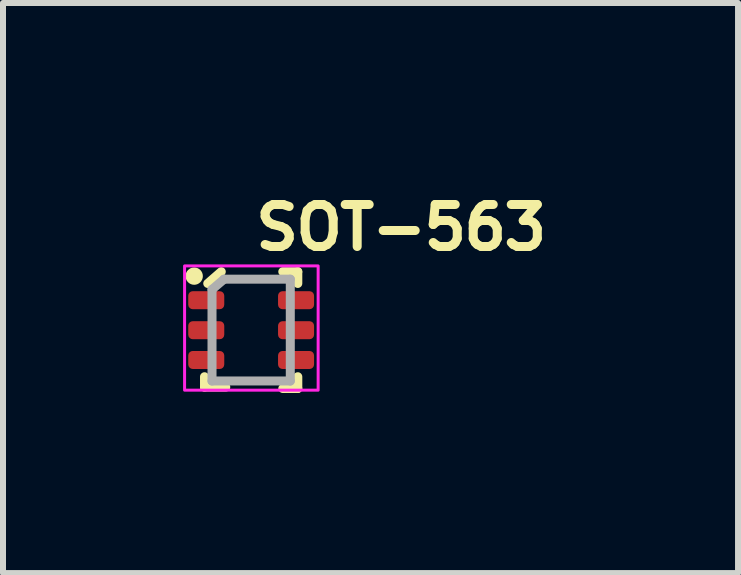
<source format=kicad_pcb>
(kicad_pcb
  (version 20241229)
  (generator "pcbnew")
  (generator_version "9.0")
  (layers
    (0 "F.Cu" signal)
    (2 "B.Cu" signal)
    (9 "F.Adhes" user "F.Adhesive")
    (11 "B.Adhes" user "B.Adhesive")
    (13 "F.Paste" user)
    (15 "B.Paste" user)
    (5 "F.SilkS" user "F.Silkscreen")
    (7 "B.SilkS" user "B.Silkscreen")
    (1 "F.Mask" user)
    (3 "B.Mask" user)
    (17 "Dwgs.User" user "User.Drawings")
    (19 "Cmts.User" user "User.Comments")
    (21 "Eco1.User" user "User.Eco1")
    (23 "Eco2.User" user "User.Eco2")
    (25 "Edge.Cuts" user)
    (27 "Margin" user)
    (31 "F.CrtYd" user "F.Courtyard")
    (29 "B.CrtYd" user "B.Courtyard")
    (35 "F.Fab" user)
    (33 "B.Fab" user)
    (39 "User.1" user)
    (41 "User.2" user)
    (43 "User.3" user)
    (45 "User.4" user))
  (footprint "SOT-563"
    (layer "F.Cu")
    (at 1.135 2.45)
    (property "Reference" "SOT-563" (at 0 -1.3 0) (layer "F.SilkS") (effects (font (size 0.7 0.7) (thickness 0.15)) (justify left bottom)))
    (attr smd allow_soldermask_bridges)
    (fp_line (start -0.778 0.776) (end -0.778 0.949) (stroke (width 0.15) (type solid)) (layer "F.SilkS"))
    (fp_line (start -0.778 0.949) (end -0.424 0.949) (stroke (width 0.15) (type solid)) (layer "F.SilkS"))
    (fp_line (start -0.499 -0.974) (end -0.724 -0.778) (stroke (width 0.15) (type solid)) (layer "F.SilkS"))
    (fp_line (start 0.776 -0.974) (end 0.526 -0.974) (stroke (width 0.15) (type solid)) (layer "F.SilkS"))
    (fp_line (start 0.776 -0.974) (end 0.776 -0.778) (stroke (width 0.15) (type solid)) (layer "F.SilkS"))
    (fp_line (start 0.776 0.776) (end 0.776 0.972) (stroke (width 0.15) (type solid)) (layer "F.SilkS"))
    (fp_line (start 0.776 0.972) (end 0.526 0.972) (stroke (width 0.15) (type solid)) (layer "F.SilkS"))
    (fp_circle (center -0.95 -0.9) (end -0.999 -0.851) (stroke (width 0.15) (type solid)) (fill yes) (layer "F.SilkS"))
    (fp_rect (start -1.11 -1.07) (end 1.115 1) (stroke (width 0.05) (type solid)) (fill no) (layer "F.CrtYd"))
    (fp_line (start -0.653 -0.678) (end -0.653 0.847) (stroke (width 0.15) (type solid)) (layer "F.Fab"))
    (fp_line (start -0.453 -0.849) (end -0.653 -0.678) (stroke (width 0.15) (type solid)) (layer "F.Fab"))
    (fp_line (start -0.453 -0.849) (end 0.651 -0.849) (stroke (width 0.15) (type solid)) (layer "F.Fab"))
    (fp_line (start 0.651 -0.849) (end 0.651 0.847) (stroke (width 0.15) (type solid)) (layer "F.Fab"))
    (fp_line (start 0.651 0.847) (end -0.653 0.847) (stroke (width 0.15) (type solid)) (layer "F.Fab"))
    (fp_rect (start -0.849 -0.85) (end 0.847 0.848) (stroke (width 0.1) (type solid)) (fill no) (layer "User.5"))
    (fp_rect (start 0.847 -0.85) (end -0.849 0.848) (stroke (width 0.1) (type solid)) (fill no) (layer "User.5"))
    (fp_line (start -0.849 -0.619) (end -0.849 -0.379) (stroke (width 0.02) (type solid)) (layer "User.9"))
    (fp_line (start -0.849 -0.379) (end -0.749 -0.379) (stroke (width 0.02) (type solid)) (layer "User.9"))
    (fp_line (start -0.849 -0.12) (end -0.849 0.119) (stroke (width 0.02) (type solid)) (layer "User.9"))
    (fp_line (start -0.849 0.119) (end -0.749 0.119) (stroke (width 0.02) (type solid)) (layer "User.9"))
    (fp_line (start -0.849 0.377) (end -0.849 0.617) (stroke (width 0.02) (type solid)) (layer "User.9"))
    (fp_line (start -0.849 0.617) (end -0.749 0.617) (stroke (width 0.02) (type solid)) (layer "User.9"))
    (fp_line (start -0.749 -0.619) (end -0.849 -0.619) (stroke (width 0.02) (type solid)) (layer "User.9"))
    (fp_line (start -0.749 -0.379) (end -0.747 -0.379) (stroke (width 0.02) (type solid)) (layer "User.9"))
    (fp_line (start -0.749 -0.12) (end -0.849 -0.12) (stroke (width 0.02) (type solid)) (layer "User.9"))
    (fp_line (start -0.749 0.119) (end -0.747 0.119) (stroke (width 0.02) (type solid)) (layer "User.9"))
    (fp_line (start -0.749 0.377) (end -0.849 0.377) (stroke (width 0.02) (type solid)) (layer "User.9"))
    (fp_line (start -0.749 0.617) (end -0.747 0.618) (stroke (width 0.02) (type solid)) (layer "User.9"))
    (fp_line (start -0.747 -0.62) (end -0.749 -0.619) (stroke (width 0.02) (type solid)) (layer "User.9"))
    (fp_line (start -0.747 -0.379) (end -0.745 -0.379) (stroke (width 0.02) (type solid)) (layer "User.9"))
    (fp_line (start -0.747 -0.12) (end -0.749 -0.12) (stroke (width 0.02) (type solid)) (layer "User.9"))
    (fp_line (start -0.747 0.119) (end -0.745 0.119) (stroke (width 0.02) (type solid)) (layer "User.9"))
    (fp_line (start -0.747 0.377) (end -0.749 0.377) (stroke (width 0.02) (type solid)) (layer "User.9"))
    (fp_line (start -0.747 0.618) (end -0.745 0.618) (stroke (width 0.02) (type solid)) (layer "User.9"))
    (fp_line (start -0.745 -0.62) (end -0.747 -0.62) (stroke (width 0.02) (type solid)) (layer "User.9"))
    (fp_line (start -0.745 -0.379) (end -0.742 -0.379) (stroke (width 0.02) (type solid)) (layer "User.9"))
    (fp_line (start -0.745 -0.12) (end -0.747 -0.12) (stroke (width 0.02) (type solid)) (layer "User.9"))
    (fp_line (start -0.745 0.119) (end -0.742 0.119) (stroke (width 0.02) (type solid)) (layer "User.9"))
    (fp_line (start -0.745 0.377) (end -0.747 0.377) (stroke (width 0.02) (type solid)) (layer "User.9"))
    (fp_line (start -0.745 0.618) (end -0.742 0.618) (stroke (width 0.02) (type solid)) (layer "User.9"))
    (fp_line (start -0.742 -0.62) (end -0.745 -0.62) (stroke (width 0.02) (type solid)) (layer "User.9"))
    (fp_line (start -0.742 -0.379) (end -0.74 -0.379) (stroke (width 0.02) (type solid)) (layer "User.9"))
    (fp_line (start -0.742 -0.12) (end -0.745 -0.12) (stroke (width 0.02) (type solid)) (layer "User.9"))
    (fp_line (start -0.742 0.119) (end -0.74 0.119) (stroke (width 0.02) (type solid)) (layer "User.9"))
    (fp_line (start -0.742 0.377) (end -0.745 0.377) (stroke (width 0.02) (type solid)) (layer "User.9"))
    (fp_line (start -0.742 0.618) (end -0.74 0.618) (stroke (width 0.02) (type solid)) (layer "User.9"))
    (fp_line (start -0.74 -0.62) (end -0.742 -0.62) (stroke (width 0.02) (type solid)) (layer "User.9"))
    (fp_line (start -0.74 -0.379) (end -0.738 -0.378) (stroke (width 0.02) (type solid)) (layer "User.9"))
    (fp_line (start -0.74 -0.12) (end -0.742 -0.12) (stroke (width 0.02) (type solid)) (layer "User.9"))
    (fp_line (start -0.74 0.119) (end -0.738 0.119) (stroke (width 0.02) (type solid)) (layer "User.9"))
    (fp_line (start -0.74 0.377) (end -0.742 0.377) (stroke (width 0.02) (type solid)) (layer "User.9"))
    (fp_line (start -0.74 0.618) (end -0.738 0.619) (stroke (width 0.02) (type solid)) (layer "User.9"))
    (fp_line (start -0.738 -0.621) (end -0.74 -0.62) (stroke (width 0.02) (type solid)) (layer "User.9"))
    (fp_line (start -0.738 -0.378) (end -0.735 -0.377) (stroke (width 0.02) (type solid)) (layer "User.9"))
    (fp_line (start -0.738 -0.121) (end -0.74 -0.12) (stroke (width 0.02) (type solid)) (layer "User.9"))
    (fp_line (start -0.738 0.119) (end -0.735 0.12) (stroke (width 0.02) (type solid)) (layer "User.9"))
    (fp_line (start -0.738 0.376) (end -0.74 0.377) (stroke (width 0.02) (type solid)) (layer "User.9"))
    (fp_line (start -0.738 0.619) (end -0.735 0.62) (stroke (width 0.02) (type solid)) (layer "User.9"))
    (fp_line (start -0.735 -0.622) (end -0.738 -0.621) (stroke (width 0.02) (type solid)) (layer "User.9"))
    (fp_line (start -0.735 -0.377) (end -0.733 -0.376) (stroke (width 0.02) (type solid)) (layer "User.9"))
    (fp_line (start -0.735 -0.122) (end -0.738 -0.121) (stroke (width 0.02) (type solid)) (layer "User.9"))
    (fp_line (start -0.735 0.12) (end -0.733 0.121) (stroke (width 0.02) (type solid)) (layer "User.9"))
    (fp_line (start -0.735 0.375) (end -0.738 0.376) (stroke (width 0.02) (type solid)) (layer "User.9"))
    (fp_line (start -0.735 0.62) (end -0.733 0.621) (stroke (width 0.02) (type solid)) (layer "User.9"))
    (fp_line (start -0.733 -0.623) (end -0.735 -0.622) (stroke (width 0.02) (type solid)) (layer "User.9"))
    (fp_line (start -0.733 -0.376) (end -0.731 -0.376) (stroke (width 0.02) (type solid)) (layer "User.9"))
    (fp_line (start -0.733 -0.123) (end -0.735 -0.122) (stroke (width 0.02) (type solid)) (layer "User.9"))
    (fp_line (start -0.733 0.121) (end -0.731 0.121) (stroke (width 0.02) (type solid)) (layer "User.9"))
    (fp_line (start -0.733 0.374) (end -0.735 0.375) (stroke (width 0.02) (type solid)) (layer "User.9"))
    (fp_line (start -0.733 0.621) (end -0.731 0.621) (stroke (width 0.02) (type solid)) (layer "User.9"))
    (fp_line (start -0.731 -0.623) (end -0.733 -0.623) (stroke (width 0.02) (type solid)) (layer "User.9"))
    (fp_line (start -0.731 -0.376) (end -0.729 -0.375) (stroke (width 0.02) (type solid)) (layer "User.9"))
    (fp_line (start -0.731 -0.123) (end -0.733 -0.123) (stroke (width 0.02) (type solid)) (layer "User.9"))
    (fp_line (start -0.731 0.121) (end -0.729 0.122) (stroke (width 0.02) (type solid)) (layer "User.9"))
    (fp_line (start -0.731 0.374) (end -0.733 0.374) (stroke (width 0.02) (type solid)) (layer "User.9"))
    (fp_line (start -0.731 0.621) (end -0.729 0.622) (stroke (width 0.02) (type solid)) (layer "User.9"))
    (fp_line (start -0.729 -0.624) (end -0.731 -0.623) (stroke (width 0.02) (type solid)) (layer "User.9"))
    (fp_line (start -0.729 -0.375) (end -0.727 -0.373) (stroke (width 0.02) (type solid)) (layer "User.9"))
    (fp_line (start -0.729 -0.124) (end -0.731 -0.123) (stroke (width 0.02) (type solid)) (layer "User.9"))
    (fp_line (start -0.729 0.122) (end -0.727 0.124) (stroke (width 0.02) (type solid)) (layer "User.9"))
    (fp_line (start -0.729 0.373) (end -0.731 0.374) (stroke (width 0.02) (type solid)) (layer "User.9"))
    (fp_line (start -0.729 0.622) (end -0.727 0.624) (stroke (width 0.02) (type solid)) (layer "User.9"))
    (fp_line (start -0.727 -0.626) (end -0.729 -0.624) (stroke (width 0.02) (type solid)) (layer "User.9"))
    (fp_line (start -0.727 -0.373) (end -0.725 -0.372) (stroke (width 0.02) (type solid)) (layer "User.9"))
    (fp_line (start -0.727 -0.126) (end -0.729 -0.124) (stroke (width 0.02) (type solid)) (layer "User.9"))
    (fp_line (start -0.727 0.124) (end -0.725 0.125) (stroke (width 0.02) (type solid)) (layer "User.9"))
    (fp_line (start -0.727 0.371) (end -0.729 0.373) (stroke (width 0.02) (type solid)) (layer "User.9"))
    (fp_line (start -0.727 0.624) (end -0.725 0.625) (stroke (width 0.02) (type solid)) (layer "User.9"))
    (fp_line (start -0.725 -0.627) (end -0.727 -0.626) (stroke (width 0.02) (type solid)) (layer "User.9"))
    (fp_line (start -0.725 -0.372) (end -0.723 -0.371) (stroke (width 0.02) (type solid)) (layer "User.9"))
    (fp_line (start -0.725 -0.127) (end -0.727 -0.126) (stroke (width 0.02) (type solid)) (layer "User.9"))
    (fp_line (start -0.725 0.125) (end -0.723 0.129) (stroke (width 0.02) (type solid)) (layer "User.9"))
    (fp_line (start -0.725 0.37) (end -0.727 0.371) (stroke (width 0.02) (type solid)) (layer "User.9"))
    (fp_line (start -0.725 0.625) (end -0.723 0.626) (stroke (width 0.02) (type solid)) (layer "User.9"))
    (fp_line (start -0.723 -0.628) (end -0.725 -0.627) (stroke (width 0.02) (type solid)) (layer "User.9"))
    (fp_line (start -0.723 -0.371) (end -0.721 -0.369) (stroke (width 0.02) (type solid)) (layer "User.9"))
    (fp_line (start -0.723 -0.131) (end -0.725 -0.127) (stroke (width 0.02) (type solid)) (layer "User.9"))
    (fp_line (start -0.723 0.129) (end -0.721 0.131) (stroke (width 0.02) (type solid)) (layer "User.9"))
    (fp_line (start -0.723 0.369) (end -0.725 0.37) (stroke (width 0.02) (type solid)) (layer "User.9"))
    (fp_line (start -0.723 0.626) (end -0.721 0.628) (stroke (width 0.02) (type solid)) (layer "User.9"))
    (fp_line (start -0.721 -0.63) (end -0.723 -0.628) (stroke (width 0.02) (type solid)) (layer "User.9"))
    (fp_line (start -0.721 -0.369) (end -0.719 -0.368) (stroke (width 0.02) (type solid)) (layer "User.9"))
    (fp_line (start -0.721 -0.133) (end -0.723 -0.131) (stroke (width 0.02) (type solid)) (layer "User.9"))
    (fp_line (start -0.721 0.131) (end -0.719 0.132) (stroke (width 0.02) (type solid)) (layer "User.9"))
    (fp_line (start -0.721 0.367) (end -0.723 0.369) (stroke (width 0.02) (type solid)) (layer "User.9"))
    (fp_line (start -0.721 0.628) (end -0.719 0.629) (stroke (width 0.02) (type solid)) (layer "User.9"))
    (fp_line (start -0.719 -0.631) (end -0.721 -0.63) (stroke (width 0.02) (type solid)) (layer "User.9"))
    (fp_line (start -0.719 -0.368) (end -0.717 -0.366) (stroke (width 0.02) (type solid)) (layer "User.9"))
    (fp_line (start -0.719 -0.134) (end -0.721 -0.133) (stroke (width 0.02) (type solid)) (layer "User.9"))
    (fp_line (start -0.719 0.132) (end -0.717 0.134) (stroke (width 0.02) (type solid)) (layer "User.9"))
    (fp_line (start -0.719 0.366) (end -0.721 0.367) (stroke (width 0.02) (type solid)) (layer "User.9"))
    (fp_line (start -0.719 0.629) (end -0.717 0.631) (stroke (width 0.02) (type solid)) (layer "User.9"))
    (fp_line (start -0.717 -0.633) (end -0.719 -0.631) (stroke (width 0.02) (type solid)) (layer "User.9"))
    (fp_line (start -0.717 -0.366) (end -0.716 -0.365) (stroke (width 0.02) (type solid)) (layer "User.9"))
    (fp_line (start -0.717 -0.136) (end -0.719 -0.134) (stroke (width 0.02) (type solid)) (layer "User.9"))
    (fp_line (start -0.717 0.134) (end -0.716 0.135) (stroke (width 0.02) (type solid)) (layer "User.9"))
    (fp_line (start -0.717 0.364) (end -0.719 0.366) (stroke (width 0.02) (type solid)) (layer "User.9"))
    (fp_line (start -0.717 0.631) (end -0.716 0.632) (stroke (width 0.02) (type solid)) (layer "User.9"))
    (fp_line (start -0.716 -0.634) (end -0.717 -0.633) (stroke (width 0.02) (type solid)) (layer "User.9"))
    (fp_line (start -0.716 -0.634) (end -0.716 -0.634) (stroke (width 0.02) (type solid)) (layer "User.9"))
    (fp_line (start -0.716 -0.365) (end -0.716 -0.365) (stroke (width 0.02) (type solid)) (layer "User.9"))
    (fp_line (start -0.716 -0.365) (end -0.714 -0.363) (stroke (width 0.02) (type solid)) (layer "User.9"))
    (fp_line (start -0.716 -0.137) (end -0.717 -0.136) (stroke (width 0.02) (type solid)) (layer "User.9"))
    (fp_line (start -0.716 -0.137) (end -0.716 -0.137) (stroke (width 0.02) (type solid)) (layer "User.9"))
    (fp_line (start -0.716 0.135) (end -0.716 0.135) (stroke (width 0.02) (type solid)) (layer "User.9"))
    (fp_line (start -0.716 0.135) (end -0.714 0.137) (stroke (width 0.02) (type solid)) (layer "User.9"))
    (fp_line (start -0.716 0.363) (end -0.717 0.364) (stroke (width 0.02) (type solid)) (layer "User.9"))
    (fp_line (start -0.716 0.363) (end -0.716 0.363) (stroke (width 0.02) (type solid)) (layer "User.9"))
    (fp_line (start -0.716 0.632) (end -0.716 0.632) (stroke (width 0.02) (type solid)) (layer "User.9"))
    (fp_line (start -0.716 0.632) (end -0.714 0.634) (stroke (width 0.02) (type solid)) (layer "User.9"))
    (fp_line (start -0.714 -0.636) (end -0.716 -0.634) (stroke (width 0.02) (type solid)) (layer "User.9"))
    (fp_line (start -0.714 -0.363) (end -0.713 -0.361) (stroke (width 0.02) (type solid)) (layer "User.9"))
    (fp_line (start -0.714 -0.139) (end -0.716 -0.137) (stroke (width 0.02) (type solid)) (layer "User.9"))
    (fp_line (start -0.714 0.137) (end -0.713 0.139) (stroke (width 0.02) (type solid)) (layer "User.9"))
    (fp_line (start -0.714 0.361) (end -0.716 0.363) (stroke (width 0.02) (type solid)) (layer "User.9"))
    (fp_line (start -0.714 0.634) (end -0.713 0.636) (stroke (width 0.02) (type solid)) (layer "User.9"))
    (fp_line (start -0.713 -0.638) (end -0.714 -0.636) (stroke (width 0.02) (type solid)) (layer "User.9"))
    (fp_line (start -0.713 -0.361) (end -0.711 -0.359) (stroke (width 0.02) (type solid)) (layer "User.9"))
    (fp_line (start -0.713 -0.141) (end -0.714 -0.139) (stroke (width 0.02) (type solid)) (layer "User.9"))
    (fp_line (start -0.713 0.139) (end -0.711 0.141) (stroke (width 0.02) (type solid)) (layer "User.9"))
    (fp_line (start -0.713 0.359) (end -0.714 0.361) (stroke (width 0.02) (type solid)) (layer "User.9"))
    (fp_line (start -0.713 0.636) (end -0.711 0.641) (stroke (width 0.02) (type solid)) (layer "User.9"))
    (fp_line (start -0.711 -0.643) (end -0.713 -0.638) (stroke (width 0.02) (type solid)) (layer "User.9"))
    (fp_line (start -0.711 -0.359) (end -0.71 -0.357) (stroke (width 0.02) (type solid)) (layer "User.9"))
    (fp_line (start -0.711 -0.142) (end -0.713 -0.141) (stroke (width 0.02) (type solid)) (layer "User.9"))
    (fp_line (start -0.711 0.141) (end -0.71 0.142) (stroke (width 0.02) (type solid)) (layer "User.9"))
    (fp_line (start -0.711 0.357) (end -0.713 0.359) (stroke (width 0.02) (type solid)) (layer "User.9"))
    (fp_line (start -0.711 0.641) (end -0.71 0.643) (stroke (width 0.02) (type solid)) (layer "User.9"))
    (fp_line (start -0.71 -0.645) (end -0.711 -0.643) (stroke (width 0.02) (type solid)) (layer "User.9"))
    (fp_line (start -0.71 -0.357) (end -0.709 -0.355) (stroke (width 0.02) (type solid)) (layer "User.9"))
    (fp_line (start -0.71 -0.144) (end -0.711 -0.142) (stroke (width 0.02) (type solid)) (layer "User.9"))
    (fp_line (start -0.71 0.142) (end -0.709 0.144) (stroke (width 0.02) (type solid)) (layer "User.9"))
    (fp_line (start -0.71 0.355) (end -0.711 0.357) (stroke (width 0.02) (type solid)) (layer "User.9"))
    (fp_line (start -0.71 0.643) (end -0.709 0.645) (stroke (width 0.02) (type solid)) (layer "User.9"))
    (fp_line (start -0.709 -0.647) (end -0.71 -0.645) (stroke (width 0.02) (type solid)) (layer "User.9"))
    (fp_line (start -0.709 -0.355) (end -0.708 -0.353) (stroke (width 0.02) (type solid)) (layer "User.9"))
    (fp_line (start -0.709 -0.145) (end -0.71 -0.144) (stroke (width 0.02) (type solid)) (layer "User.9"))
    (fp_line (start -0.709 0.144) (end -0.708 0.144) (stroke (width 0.02) (type solid)) (layer "User.9"))
    (fp_line (start -0.709 0.353) (end -0.71 0.355) (stroke (width 0.02) (type solid)) (layer "User.9"))
    (fp_line (start -0.709 0.645) (end -0.708 0.647) (stroke (width 0.02) (type solid)) (layer "User.9"))
    (fp_line (start -0.708 -0.649) (end -0.709 -0.647) (stroke (width 0.02) (type solid)) (layer "User.9"))
    (fp_line (start -0.708 -0.353) (end -0.707 -0.352) (stroke (width 0.02) (type solid)) (layer "User.9"))
    (fp_line (start -0.708 -0.146) (end -0.709 -0.145) (stroke (width 0.02) (type solid)) (layer "User.9"))
    (fp_line (start -0.708 0.144) (end -0.707 0.147) (stroke (width 0.02) (type solid)) (layer "User.9"))
    (fp_line (start -0.708 0.351) (end -0.709 0.353) (stroke (width 0.02) (type solid)) (layer "User.9"))
    (fp_line (start -0.708 0.647) (end -0.707 0.65) (stroke (width 0.02) (type solid)) (layer "User.9"))
    (fp_line (start -0.707 -0.652) (end -0.708 -0.649) (stroke (width 0.02) (type solid)) (layer "User.9"))
    (fp_line (start -0.707 -0.352) (end -0.706 -0.35) (stroke (width 0.02) (type solid)) (layer "User.9"))
    (fp_line (start -0.707 -0.149) (end -0.708 -0.146) (stroke (width 0.02) (type solid)) (layer "User.9"))
    (fp_line (start -0.707 0.147) (end -0.706 0.149) (stroke (width 0.02) (type solid)) (layer "User.9"))
    (fp_line (start -0.707 0.35) (end -0.708 0.351) (stroke (width 0.02) (type solid)) (layer "User.9"))
    (fp_line (start -0.707 0.65) (end -0.706 0.652) (stroke (width 0.02) (type solid)) (layer "User.9"))
    (fp_line (start -0.706 -0.654) (end -0.707 -0.652) (stroke (width 0.02) (type solid)) (layer "User.9"))
    (fp_line (start -0.706 -0.35) (end -0.705 -0.348) (stroke (width 0.02) (type solid)) (layer "User.9"))
    (fp_line (start -0.706 -0.151) (end -0.707 -0.149) (stroke (width 0.02) (type solid)) (layer "User.9"))
    (fp_line (start -0.706 0.149) (end -0.705 0.151) (stroke (width 0.02) (type solid)) (layer "User.9"))
    (fp_line (start -0.706 0.348) (end -0.707 0.35) (stroke (width 0.02) (type solid)) (layer "User.9"))
    (fp_line (start -0.706 0.652) (end -0.705 0.654) (stroke (width 0.02) (type solid)) (layer "User.9"))
    (fp_line (start -0.705 -0.658) (end -0.705 -0.656) (stroke (width 0.02) (type solid)) (layer "User.9"))
    (fp_line (start -0.705 -0.656) (end -0.706 -0.654) (stroke (width 0.02) (type solid)) (layer "User.9"))
    (fp_line (start -0.705 -0.348) (end -0.705 -0.346) (stroke (width 0.02) (type solid)) (layer "User.9"))
    (fp_line (start -0.705 -0.346) (end -0.704 -0.344) (stroke (width 0.02) (type solid)) (layer "User.9"))
    (fp_line (start -0.705 -0.155) (end -0.705 -0.153) (stroke (width 0.02) (type solid)) (layer "User.9"))
    (fp_line (start -0.705 -0.153) (end -0.706 -0.151) (stroke (width 0.02) (type solid)) (layer "User.9"))
    (fp_line (start -0.705 0.151) (end -0.705 0.153) (stroke (width 0.02) (type solid)) (layer "User.9"))
    (fp_line (start -0.705 0.153) (end -0.704 0.156) (stroke (width 0.02) (type solid)) (layer "User.9"))
    (fp_line (start -0.705 0.344) (end -0.705 0.346) (stroke (width 0.02) (type solid)) (layer "User.9"))
    (fp_line (start -0.705 0.346) (end -0.706 0.348) (stroke (width 0.02) (type solid)) (layer "User.9"))
    (fp_line (start -0.705 0.654) (end -0.705 0.656) (stroke (width 0.02) (type solid)) (layer "User.9"))
    (fp_line (start -0.705 0.656) (end -0.704 0.659) (stroke (width 0.02) (type solid)) (layer "User.9"))
    (fp_line (start -0.704 -0.673) (end -0.704 -0.67) (stroke (width 0.02) (type solid)) (layer "User.9"))
    (fp_line (start -0.704 -0.67) (end -0.704 -0.668) (stroke (width 0.02) (type solid)) (layer "User.9"))
    (fp_line (start -0.704 -0.668) (end -0.704 -0.665) (stroke (width 0.02) (type solid)) (layer "User.9"))
    (fp_line (start -0.704 -0.665) (end -0.704 -0.663) (stroke (width 0.02) (type solid)) (layer "User.9"))
    (fp_line (start -0.704 -0.663) (end -0.704 -0.661) (stroke (width 0.02) (type solid)) (layer "User.9"))
    (fp_line (start -0.704 -0.661) (end -0.705 -0.658) (stroke (width 0.02) (type solid)) (layer "User.9"))
    (fp_line (start -0.704 -0.344) (end -0.704 -0.342) (stroke (width 0.02) (type solid)) (layer "User.9"))
    (fp_line (start -0.704 -0.342) (end -0.704 -0.34) (stroke (width 0.02) (type solid)) (layer "User.9"))
    (fp_line (start -0.704 -0.34) (end -0.704 -0.337) (stroke (width 0.02) (type solid)) (layer "User.9"))
    (fp_line (start -0.704 -0.337) (end -0.704 -0.335) (stroke (width 0.02) (type solid)) (layer "User.9"))
    (fp_line (start -0.704 -0.335) (end -0.704 -0.333) (stroke (width 0.02) (type solid)) (layer "User.9"))
    (fp_line (start -0.704 -0.333) (end -0.653 -0.333) (stroke (width 0.02) (type solid)) (layer "User.9"))
    (fp_line (start -0.704 -0.172) (end -0.704 -0.17) (stroke (width 0.02) (type solid)) (layer "User.9"))
    (fp_line (start -0.704 -0.17) (end -0.704 -0.168) (stroke (width 0.02) (type solid)) (layer "User.9"))
    (fp_line (start -0.704 -0.168) (end -0.704 -0.165) (stroke (width 0.02) (type solid)) (layer "User.9"))
    (fp_line (start -0.704 -0.165) (end -0.704 -0.163) (stroke (width 0.02) (type solid)) (layer "User.9"))
    (fp_line (start -0.704 -0.163) (end -0.704 -0.158) (stroke (width 0.02) (type solid)) (layer "User.9"))
    (fp_line (start -0.704 -0.158) (end -0.705 -0.155) (stroke (width 0.02) (type solid)) (layer "User.9"))
    (fp_line (start -0.704 0.156) (end -0.704 0.161) (stroke (width 0.02) (type solid)) (layer "User.9"))
    (fp_line (start -0.704 0.161) (end -0.704 0.163) (stroke (width 0.02) (type solid)) (layer "User.9"))
    (fp_line (start -0.704 0.163) (end -0.704 0.166) (stroke (width 0.02) (type solid)) (layer "User.9"))
    (fp_line (start -0.704 0.166) (end -0.704 0.168) (stroke (width 0.02) (type solid)) (layer "User.9"))
    (fp_line (start -0.704 0.168) (end -0.704 0.171) (stroke (width 0.02) (type solid)) (layer "User.9"))
    (fp_line (start -0.704 0.171) (end -0.653 0.171) (stroke (width 0.02) (type solid)) (layer "User.9"))
    (fp_line (start -0.704 0.331) (end -0.704 0.333) (stroke (width 0.02) (type solid)) (layer "User.9"))
    (fp_line (start -0.704 0.333) (end -0.704 0.335) (stroke (width 0.02) (type solid)) (layer "User.9"))
    (fp_line (start -0.704 0.335) (end -0.704 0.338) (stroke (width 0.02) (type solid)) (layer "User.9"))
    (fp_line (start -0.704 0.338) (end -0.704 0.34) (stroke (width 0.02) (type solid)) (layer "User.9"))
    (fp_line (start -0.704 0.34) (end -0.704 0.342) (stroke (width 0.02) (type solid)) (layer "User.9"))
    (fp_line (start -0.704 0.342) (end -0.705 0.344) (stroke (width 0.02) (type solid)) (layer "User.9"))
    (fp_line (start -0.704 0.659) (end -0.704 0.661) (stroke (width 0.02) (type solid)) (layer "User.9"))
    (fp_line (start -0.704 0.661) (end -0.704 0.663) (stroke (width 0.02) (type solid)) (layer "User.9"))
    (fp_line (start -0.704 0.663) (end -0.704 0.666) (stroke (width 0.02) (type solid)) (layer "User.9"))
    (fp_line (start -0.704 0.666) (end -0.704 0.668) (stroke (width 0.02) (type solid)) (layer "User.9"))
    (fp_line (start -0.704 0.668) (end -0.704 0.671) (stroke (width 0.02) (type solid)) (layer "User.9"))
    (fp_line (start -0.704 0.671) (end -0.653 0.671) (stroke (width 0.02) (type solid)) (layer "User.9"))
    (fp_line (start -0.653 -0.833) (end -0.653 -0.833) (stroke (width 0.02) (type solid)) (layer "User.9"))
    (fp_line (start -0.653 -0.833) (end -0.653 -0.832) (stroke (width 0.02) (type solid)) (layer "User.9"))
    (fp_line (start -0.653 -0.832) (end -0.653 0.83) (stroke (width 0.02) (type solid)) (layer "User.9"))
    (fp_line (start -0.653 -0.673) (end -0.704 -0.673) (stroke (width 0.02) (type solid)) (layer "User.9"))
    (fp_line (start -0.653 -0.172) (end -0.704 -0.172) (stroke (width 0.02) (type solid)) (layer "User.9"))
    (fp_line (start -0.653 0.331) (end -0.704 0.331) (stroke (width 0.02) (type solid)) (layer "User.9"))
    (fp_line (start -0.653 0.831) (end -0.653 0.83) (stroke (width 0.02) (type solid)) (layer "User.9"))
    (fp_line (start -0.653 0.832) (end -0.653 0.831) (stroke (width 0.02) (type solid)) (layer "User.9"))
    (fp_line (start -0.652 -0.836) (end -0.652 -0.835) (stroke (width 0.02) (type solid)) (layer "User.9"))
    (fp_line (start -0.652 -0.835) (end -0.652 -0.834) (stroke (width 0.02) (type solid)) (layer "User.9"))
    (fp_line (start -0.652 -0.834) (end -0.652 -0.833) (stroke (width 0.02) (type solid)) (layer "User.9"))
    (fp_line (start -0.652 -0.833) (end -0.653 -0.833) (stroke (width 0.02) (type solid)) (layer "User.9"))
    (fp_line (start -0.652 -0.833) (end -0.652 -0.833) (stroke (width 0.02) (type solid)) (layer "User.9"))
    (fp_line (start -0.652 0.832) (end -0.653 0.832) (stroke (width 0.02) (type solid)) (layer "User.9"))
    (fp_line (start -0.652 0.832) (end -0.652 0.832) (stroke (width 0.02) (type solid)) (layer "User.9"))
    (fp_line (start -0.652 0.832) (end -0.652 0.832) (stroke (width 0.02) (type solid)) (layer "User.9"))
    (fp_line (start -0.652 0.833) (end -0.652 0.832) (stroke (width 0.02) (type solid)) (layer "User.9"))
    (fp_line (start -0.652 0.834) (end -0.652 0.833) (stroke (width 0.02) (type solid)) (layer "User.9"))
    (fp_line (start -0.651 -0.838) (end -0.651 -0.837) (stroke (width 0.02) (type solid)) (layer "User.9"))
    (fp_line (start -0.651 -0.837) (end -0.652 -0.836) (stroke (width 0.02) (type solid)) (layer "User.9"))
    (fp_line (start -0.651 0.835) (end -0.652 0.834) (stroke (width 0.02) (type solid)) (layer "User.9"))
    (fp_line (start -0.651 0.836) (end -0.651 0.835) (stroke (width 0.02) (type solid)) (layer "User.9"))
    (fp_line (start -0.65 -0.84) (end -0.65 -0.839) (stroke (width 0.02) (type solid)) (layer "User.9"))
    (fp_line (start -0.65 -0.839) (end -0.651 -0.838) (stroke (width 0.02) (type solid)) (layer "User.9"))
    (fp_line (start -0.65 0.837) (end -0.651 0.836) (stroke (width 0.02) (type solid)) (layer "User.9"))
    (fp_line (start -0.65 0.838) (end -0.65 0.837) (stroke (width 0.02) (type solid)) (layer "User.9"))
    (fp_line (start -0.649 -0.841) (end -0.65 -0.84) (stroke (width 0.02) (type solid)) (layer "User.9"))
    (fp_line (start -0.649 -0.841) (end -0.649 -0.841) (stroke (width 0.02) (type solid)) (layer "User.9"))
    (fp_line (start -0.649 0.839) (end -0.65 0.838) (stroke (width 0.02) (type solid)) (layer "User.9"))
    (fp_line (start -0.649 0.839) (end -0.649 0.839) (stroke (width 0.02) (type solid)) (layer "User.9"))
    (fp_line (start -0.648 -0.842) (end -0.649 -0.841) (stroke (width 0.02) (type solid)) (layer "User.9"))
    (fp_line (start -0.648 0.84) (end -0.649 0.839) (stroke (width 0.02) (type solid)) (layer "User.9"))
    (fp_line (start -0.647 -0.844) (end -0.647 -0.843) (stroke (width 0.02) (type solid)) (layer "User.9"))
    (fp_line (start -0.647 -0.843) (end -0.648 -0.842) (stroke (width 0.02) (type solid)) (layer "User.9"))
    (fp_line (start -0.647 0.841) (end -0.648 0.84) (stroke (width 0.02) (type solid)) (layer "User.9"))
    (fp_line (start -0.647 0.842) (end -0.647 0.841) (stroke (width 0.02) (type solid)) (layer "User.9"))
    (fp_line (start -0.646 -0.844) (end -0.647 -0.844) (stroke (width 0.02) (type solid)) (layer "User.9"))
    (fp_line (start -0.646 0.842) (end -0.647 0.842) (stroke (width 0.02) (type solid)) (layer "User.9"))
    (fp_line (start -0.645 -0.845) (end -0.646 -0.844) (stroke (width 0.02) (type solid)) (layer "User.9"))
    (fp_line (start -0.645 0.843) (end -0.646 0.842) (stroke (width 0.02) (type solid)) (layer "User.9"))
    (fp_line (start -0.644 -0.846) (end -0.645 -0.845) (stroke (width 0.02) (type solid)) (layer "User.9"))
    (fp_line (start -0.644 -0.846) (end -0.644 -0.846) (stroke (width 0.02) (type solid)) (layer "User.9"))
    (fp_line (start -0.644 0.844) (end -0.645 0.843) (stroke (width 0.02) (type solid)) (layer "User.9"))
    (fp_line (start -0.644 0.844) (end -0.644 0.844) (stroke (width 0.02) (type solid)) (layer "User.9"))
    (fp_line (start -0.643 -0.847) (end -0.644 -0.846) (stroke (width 0.02) (type solid)) (layer "User.9"))
    (fp_line (start -0.643 0.845) (end -0.644 0.844) (stroke (width 0.02) (type solid)) (layer "User.9"))
    (fp_line (start -0.639 -0.847) (end -0.643 -0.847) (stroke (width 0.02) (type solid)) (layer "User.9"))
    (fp_line (start -0.639 0.845) (end -0.643 0.845) (stroke (width 0.02) (type solid)) (layer "User.9"))
    (fp_line (start -0.638 -0.848) (end -0.639 -0.847) (stroke (width 0.02) (type solid)) (layer "User.9"))
    (fp_line (start -0.638 0.846) (end -0.639 0.845) (stroke (width 0.02) (type solid)) (layer "User.9"))
    (fp_line (start -0.637 -0.848) (end -0.638 -0.848) (stroke (width 0.02) (type solid)) (layer "User.9"))
    (fp_line (start -0.637 0.846) (end -0.638 0.846) (stroke (width 0.02) (type solid)) (layer "User.9"))
    (fp_line (start -0.636 -0.849) (end -0.637 -0.848) (stroke (width 0.02) (type solid)) (layer "User.9"))
    (fp_line (start -0.636 0.847) (end -0.637 0.846) (stroke (width 0.02) (type solid)) (layer "User.9"))
    (fp_line (start -0.635 -0.849) (end -0.636 -0.849) (stroke (width 0.02) (type solid)) (layer "User.9"))
    (fp_line (start -0.635 0.847) (end -0.636 0.847) (stroke (width 0.02) (type solid)) (layer "User.9"))
    (fp_line (start -0.634 -0.849) (end -0.635 -0.849) (stroke (width 0.02) (type solid)) (layer "User.9"))
    (fp_line (start -0.634 0.847) (end -0.635 0.847) (stroke (width 0.02) (type solid)) (layer "User.9"))
    (fp_line (start -0.633 -0.849) (end -0.634 -0.849) (stroke (width 0.02) (type solid)) (layer "User.9"))
    (fp_line (start -0.633 0.847) (end -0.634 0.847) (stroke (width 0.02) (type solid)) (layer "User.9"))
    (fp_line (start -0.632 -0.85) (end -0.632 -0.849) (stroke (width 0.02) (type solid)) (layer "User.9"))
    (fp_line (start -0.632 -0.849) (end -0.633 -0.849) (stroke (width 0.02) (type solid)) (layer "User.9"))
    (fp_line (start -0.632 0.847) (end -0.633 0.847) (stroke (width 0.02) (type solid)) (layer "User.9"))
    (fp_line (start -0.632 0.848) (end -0.632 0.847) (stroke (width 0.02) (type solid)) (layer "User.9"))
    (fp_line (start -0.631 -0.85) (end -0.632 -0.85) (stroke (width 0.02) (type solid)) (layer "User.9"))
    (fp_line (start -0.631 0.848) (end -0.632 0.848) (stroke (width 0.02) (type solid)) (layer "User.9"))
    (fp_line (start -0.63 -0.849) (end -0.631 -0.85) (stroke (width 0.02) (type solid)) (layer "User.9"))
    (fp_line (start -0.63 0.847) (end -0.631 0.848) (stroke (width 0.02) (type solid)) (layer "User.9"))
    (fp_line (start -0.63 0.847) (end 0.628 0.847) (stroke (width 0.02) (type solid)) (layer "User.9"))
    (fp_line (start -0.6 -0.787) (end -0.6 -0.786) (stroke (width 0.02) (type solid)) (layer "User.9"))
    (fp_line (start -0.6 -0.786) (end -0.6 -0.785) (stroke (width 0.02) (type solid)) (layer "User.9"))
    (fp_line (start -0.6 -0.785) (end -0.6 -0.784) (stroke (width 0.02) (type solid)) (layer "User.9"))
    (fp_line (start -0.6 -0.784) (end -0.6 -0.783) (stroke (width 0.02) (type solid)) (layer "User.9"))
    (fp_line (start -0.6 -0.783) (end -0.6 -0.782) (stroke (width 0.02) (type solid)) (layer "User.9"))
    (fp_line (start -0.6 -0.782) (end -0.6 -0.781) (stroke (width 0.02) (type solid)) (layer "User.9"))
    (fp_line (start -0.6 -0.781) (end -0.6 -0.78) (stroke (width 0.02) (type solid)) (layer "User.9"))
    (fp_line (start -0.6 -0.78) (end -0.6 -0.779) (stroke (width 0.02) (type solid)) (layer "User.9"))
    (fp_line (start -0.6 -0.779) (end -0.6 -0.778) (stroke (width 0.02) (type solid)) (layer "User.9"))
    (fp_line (start -0.6 -0.778) (end -0.599 -0.777) (stroke (width 0.02) (type solid)) (layer "User.9"))
    (fp_line (start -0.6 0.776) (end -0.6 0.777) (stroke (width 0.02) (type solid)) (layer "User.9"))
    (fp_line (start -0.6 0.777) (end -0.6 0.778) (stroke (width 0.02) (type solid)) (layer "User.9"))
    (fp_line (start -0.6 0.778) (end -0.6 0.779) (stroke (width 0.02) (type solid)) (layer "User.9"))
    (fp_line (start -0.6 0.779) (end -0.6 0.78) (stroke (width 0.02) (type solid)) (layer "User.9"))
    (fp_line (start -0.6 0.78) (end -0.6 0.781) (stroke (width 0.02) (type solid)) (layer "User.9"))
    (fp_line (start -0.6 0.781) (end -0.6 0.782) (stroke (width 0.02) (type solid)) (layer "User.9"))
    (fp_line (start -0.6 0.782) (end -0.6 0.783) (stroke (width 0.02) (type solid)) (layer "User.9"))
    (fp_line (start -0.6 0.783) (end -0.6 0.784) (stroke (width 0.02) (type solid)) (layer "User.9"))
    (fp_line (start -0.6 0.784) (end -0.6 0.785) (stroke (width 0.02) (type solid)) (layer "User.9"))
    (fp_line (start -0.6 0.785) (end -0.599 0.786) (stroke (width 0.02) (type solid)) (layer "User.9"))
    (fp_line (start -0.599 -0.791) (end -0.599 -0.79) (stroke (width 0.02) (type solid)) (layer "User.9"))
    (fp_line (start -0.599 -0.79) (end -0.599 -0.789) (stroke (width 0.02) (type solid)) (layer "User.9"))
    (fp_line (start -0.599 -0.789) (end -0.599 -0.788) (stroke (width 0.02) (type solid)) (layer "User.9"))
    (fp_line (start -0.599 -0.788) (end -0.6 -0.787) (stroke (width 0.02) (type solid)) (layer "User.9"))
    (fp_line (start -0.599 -0.777) (end -0.599 -0.777) (stroke (width 0.02) (type solid)) (layer "User.9"))
    (fp_line (start -0.599 -0.777) (end -0.599 -0.776) (stroke (width 0.02) (type solid)) (layer "User.9"))
    (fp_line (start -0.599 -0.776) (end -0.598 -0.775) (stroke (width 0.02) (type solid)) (layer "User.9"))
    (fp_line (start -0.599 0.774) (end -0.599 0.775) (stroke (width 0.02) (type solid)) (layer "User.9"))
    (fp_line (start -0.599 0.775) (end -0.6 0.776) (stroke (width 0.02) (type solid)) (layer "User.9"))
    (fp_line (start -0.599 0.775) (end -0.599 0.775) (stroke (width 0.02) (type solid)) (layer "User.9"))
    (fp_line (start -0.599 0.786) (end -0.599 0.787) (stroke (width 0.02) (type solid)) (layer "User.9"))
    (fp_line (start -0.599 0.787) (end -0.599 0.788) (stroke (width 0.02) (type solid)) (layer "User.9"))
    (fp_line (start -0.599 0.788) (end -0.599 0.789) (stroke (width 0.02) (type solid)) (layer "User.9"))
    (fp_line (start -0.599 0.789) (end -0.598 0.789) (stroke (width 0.02) (type solid)) (layer "User.9"))
    (fp_line (start -0.598 -0.792) (end -0.598 -0.791) (stroke (width 0.02) (type solid)) (layer "User.9"))
    (fp_line (start -0.598 -0.791) (end -0.599 -0.791) (stroke (width 0.02) (type solid)) (layer "User.9"))
    (fp_line (start -0.598 -0.775) (end -0.598 -0.774) (stroke (width 0.02) (type solid)) (layer "User.9"))
    (fp_line (start -0.598 -0.774) (end -0.597 -0.773) (stroke (width 0.02) (type solid)) (layer "User.9"))
    (fp_line (start -0.598 0.772) (end -0.598 0.773) (stroke (width 0.02) (type solid)) (layer "User.9"))
    (fp_line (start -0.598 0.773) (end -0.599 0.774) (stroke (width 0.02) (type solid)) (layer "User.9"))
    (fp_line (start -0.598 0.789) (end -0.598 0.79) (stroke (width 0.02) (type solid)) (layer "User.9"))
    (fp_line (start -0.598 0.79) (end -0.597 0.791) (stroke (width 0.02) (type solid)) (layer "User.9"))
    (fp_line (start -0.597 -0.794) (end -0.597 -0.793) (stroke (width 0.02) (type solid)) (layer "User.9"))
    (fp_line (start -0.597 -0.793) (end -0.598 -0.792) (stroke (width 0.02) (type solid)) (layer "User.9"))
    (fp_line (start -0.597 -0.773) (end -0.597 -0.772) (stroke (width 0.02) (type solid)) (layer "User.9"))
    (fp_line (start -0.597 -0.772) (end -0.596 -0.771) (stroke (width 0.02) (type solid)) (layer "User.9"))
    (fp_line (start -0.597 0.77) (end -0.597 0.771) (stroke (width 0.02) (type solid)) (layer "User.9"))
    (fp_line (start -0.597 0.771) (end -0.598 0.772) (stroke (width 0.02) (type solid)) (layer "User.9"))
    (fp_line (start -0.597 0.791) (end -0.597 0.792) (stroke (width 0.02) (type solid)) (layer "User.9"))
    (fp_line (start -0.597 0.792) (end -0.596 0.793) (stroke (width 0.02) (type solid)) (layer "User.9"))
    (fp_line (start -0.596 -0.796) (end -0.596 -0.795) (stroke (width 0.02) (type solid)) (layer "User.9"))
    (fp_line (start -0.596 -0.795) (end -0.597 -0.794) (stroke (width 0.02) (type solid)) (layer "User.9"))
    (fp_line (start -0.596 -0.771) (end -0.596 -0.771) (stroke (width 0.02) (type solid)) (layer "User.9"))
    (fp_line (start -0.596 -0.771) (end -0.595 -0.767) (stroke (width 0.02) (type solid)) (layer "User.9"))
    (fp_line (start -0.596 0.769) (end -0.597 0.77) (stroke (width 0.02) (type solid)) (layer "User.9"))
    (fp_line (start -0.596 0.769) (end -0.596 0.769) (stroke (width 0.02) (type solid)) (layer "User.9"))
    (fp_line (start -0.596 0.793) (end -0.596 0.794) (stroke (width 0.02) (type solid)) (layer "User.9"))
    (fp_line (start -0.596 0.794) (end -0.595 0.794) (stroke (width 0.02) (type solid)) (layer "User.9"))
    (fp_line (start -0.595 -0.796) (end -0.596 -0.796) (stroke (width 0.02) (type solid)) (layer "User.9"))
    (fp_line (start -0.595 -0.767) (end -0.594 -0.766) (stroke (width 0.02) (type solid)) (layer "User.9"))
    (fp_line (start -0.595 0.765) (end -0.596 0.769) (stroke (width 0.02) (type solid)) (layer "User.9"))
    (fp_line (start -0.595 0.794) (end -0.594 0.795) (stroke (width 0.02) (type solid)) (layer "User.9"))
    (fp_line (start -0.594 -0.797) (end -0.595 -0.796) (stroke (width 0.02) (type solid)) (layer "User.9"))
    (fp_line (start -0.594 -0.797) (end -0.594 -0.797) (stroke (width 0.02) (type solid)) (layer "User.9"))
    (fp_line (start -0.594 -0.766) (end -0.594 -0.766) (stroke (width 0.02) (type solid)) (layer "User.9"))
    (fp_line (start -0.594 -0.766) (end -0.594 -0.766) (stroke (width 0.02) (type solid)) (layer "User.9"))
    (fp_line (start -0.594 -0.766) (end -0.594 -0.765) (stroke (width 0.02) (type solid)) (layer "User.9"))
    (fp_line (start -0.594 -0.765) (end -0.593 -0.765) (stroke (width 0.02) (type solid)) (layer "User.9"))
    (fp_line (start -0.594 0.763) (end -0.594 0.764) (stroke (width 0.02) (type solid)) (layer "User.9"))
    (fp_line (start -0.594 0.764) (end -0.595 0.765) (stroke (width 0.02) (type solid)) (layer "User.9"))
    (fp_line (start -0.594 0.764) (end -0.594 0.764) (stroke (width 0.02) (type solid)) (layer "User.9"))
    (fp_line (start -0.594 0.764) (end -0.594 0.764) (stroke (width 0.02) (type solid)) (layer "User.9"))
    (fp_line (start -0.594 0.795) (end -0.594 0.795) (stroke (width 0.02) (type solid)) (layer "User.9"))
    (fp_line (start -0.594 0.795) (end -0.593 0.796) (stroke (width 0.02) (type solid)) (layer "User.9"))
    (fp_line (start -0.593 -0.799) (end -0.593 -0.798) (stroke (width 0.02) (type solid)) (layer "User.9"))
    (fp_line (start -0.593 -0.798) (end -0.594 -0.797) (stroke (width 0.02) (type solid)) (layer "User.9"))
    (fp_line (start -0.593 -0.765) (end -0.592 -0.764) (stroke (width 0.02) (type solid)) (layer "User.9"))
    (fp_line (start -0.593 0.763) (end -0.594 0.763) (stroke (width 0.02) (type solid)) (layer "User.9"))
    (fp_line (start -0.593 0.796) (end -0.593 0.797) (stroke (width 0.02) (type solid)) (layer "User.9"))
    (fp_line (start -0.593 0.797) (end -0.592 0.797) (stroke (width 0.02) (type solid)) (layer "User.9"))
    (fp_line (start -0.592 -0.799) (end -0.593 -0.799) (stroke (width 0.02) (type solid)) (layer "User.9"))
    (fp_line (start -0.592 -0.764) (end -0.591 -0.764) (stroke (width 0.02) (type solid)) (layer "User.9"))
    (fp_line (start -0.592 0.762) (end -0.593 0.763) (stroke (width 0.02) (type solid)) (layer "User.9"))
    (fp_line (start -0.592 0.797) (end -0.591 0.798) (stroke (width 0.02) (type solid)) (layer "User.9"))
    (fp_line (start -0.591 -0.8) (end -0.592 -0.799) (stroke (width 0.02) (type solid)) (layer "User.9"))
    (fp_line (start -0.591 -0.764) (end -0.59 -0.763) (stroke (width 0.02) (type solid)) (layer "User.9"))
    (fp_line (start -0.591 0.762) (end -0.592 0.762) (stroke (width 0.02) (type solid)) (layer "User.9"))
    (fp_line (start -0.591 0.798) (end -0.59 0.798) (stroke (width 0.02) (type solid)) (layer "User.9"))
    (fp_line (start -0.59 -0.8) (end -0.591 -0.8) (stroke (width 0.02) (type solid)) (layer "User.9"))
    (fp_line (start -0.59 -0.763) (end -0.59 -0.763) (stroke (width 0.02) (type solid)) (layer "User.9"))
    (fp_line (start -0.59 -0.763) (end -0.589 -0.762) (stroke (width 0.02) (type solid)) (layer "User.9"))
    (fp_line (start -0.59 0.761) (end -0.591 0.762) (stroke (width 0.02) (type solid)) (layer "User.9"))
    (fp_line (start -0.59 0.761) (end -0.59 0.761) (stroke (width 0.02) (type solid)) (layer "User.9"))
    (fp_line (start -0.59 0.798) (end -0.589 0.799) (stroke (width 0.02) (type solid)) (layer "User.9"))
    (fp_line (start -0.589 -0.801) (end -0.59 -0.8) (stroke (width 0.02) (type solid)) (layer "User.9"))
    (fp_line (start -0.589 -0.762) (end -0.588 -0.762) (stroke (width 0.02) (type solid)) (layer "User.9"))
    (fp_line (start -0.589 0.76) (end -0.59 0.761) (stroke (width 0.02) (type solid)) (layer "User.9"))
    (fp_line (start -0.589 0.799) (end -0.588 0.799) (stroke (width 0.02) (type solid)) (layer "User.9"))
    (fp_line (start -0.588 -0.802) (end -0.588 -0.801) (stroke (width 0.02) (type solid)) (layer "User.9"))
    (fp_line (start -0.588 -0.801) (end -0.589 -0.801) (stroke (width 0.02) (type solid)) (layer "User.9"))
    (fp_line (start -0.588 -0.762) (end -0.587 -0.761) (stroke (width 0.02) (type solid)) (layer "User.9"))
    (fp_line (start -0.588 0.76) (end -0.589 0.76) (stroke (width 0.02) (type solid)) (layer "User.9"))
    (fp_line (start -0.588 0.799) (end -0.588 0.8) (stroke (width 0.02) (type solid)) (layer "User.9"))
    (fp_line (start -0.588 0.8) (end -0.587 0.8) (stroke (width 0.02) (type solid)) (layer "User.9"))
    (fp_line (start -0.587 -0.802) (end -0.588 -0.802) (stroke (width 0.02) (type solid)) (layer "User.9"))
    (fp_line (start -0.587 -0.761) (end -0.586 -0.761) (stroke (width 0.02) (type solid)) (layer "User.9"))
    (fp_line (start -0.587 0.759) (end -0.588 0.76) (stroke (width 0.02) (type solid)) (layer "User.9"))
    (fp_line (start -0.587 0.8) (end -0.586 0.8) (stroke (width 0.02) (type solid)) (layer "User.9"))
    (fp_line (start -0.586 -0.802) (end -0.587 -0.802) (stroke (width 0.02) (type solid)) (layer "User.9"))
    (fp_line (start -0.586 -0.761) (end -0.585 -0.761) (stroke (width 0.02) (type solid)) (layer "User.9"))
    (fp_line (start -0.586 0.759) (end -0.587 0.759) (stroke (width 0.02) (type solid)) (layer "User.9"))
    (fp_line (start -0.586 0.8) (end -0.585 0.8) (stroke (width 0.02) (type solid)) (layer "User.9"))
    (fp_line (start -0.585 -0.802) (end -0.586 -0.802) (stroke (width 0.02) (type solid)) (layer "User.9"))
    (fp_line (start -0.585 -0.761) (end -0.584 -0.761) (stroke (width 0.02) (type solid)) (layer "User.9"))
    (fp_line (start -0.585 0.759) (end -0.586 0.759) (stroke (width 0.02) (type solid)) (layer "User.9"))
    (fp_line (start -0.585 0.8) (end -0.584 0.801) (stroke (width 0.02) (type solid)) (layer "User.9"))
    (fp_line (start -0.584 -0.803) (end -0.585 -0.802) (stroke (width 0.02) (type solid)) (layer "User.9"))
    (fp_line (start -0.584 -0.761) (end -0.583 -0.761) (stroke (width 0.02) (type solid)) (layer "User.9"))
    (fp_line (start -0.584 0.759) (end -0.585 0.759) (stroke (width 0.02) (type solid)) (layer "User.9"))
    (fp_line (start -0.584 0.801) (end -0.583 0.801) (stroke (width 0.02) (type solid)) (layer "User.9"))
    (fp_line (start -0.583 -0.803) (end -0.584 -0.803) (stroke (width 0.02) (type solid)) (layer "User.9"))
    (fp_line (start -0.583 -0.761) (end -0.582 -0.76) (stroke (width 0.02) (type solid)) (layer "User.9"))
    (fp_line (start -0.583 0.759) (end -0.584 0.759) (stroke (width 0.02) (type solid)) (layer "User.9"))
    (fp_line (start -0.583 0.801) (end -0.582 0.801) (stroke (width 0.02) (type solid)) (layer "User.9"))
    (fp_line (start -0.582 -0.803) (end -0.583 -0.803) (stroke (width 0.02) (type solid)) (layer "User.9"))
    (fp_line (start -0.582 -0.76) (end -0.581 -0.76) (stroke (width 0.02) (type solid)) (layer "User.9"))
    (fp_line (start -0.582 0.758) (end -0.583 0.759) (stroke (width 0.02) (type solid)) (layer "User.9"))
    (fp_line (start -0.582 0.801) (end -0.581 0.801) (stroke (width 0.02) (type solid)) (layer "User.9"))
    (fp_line (start -0.581 -0.803) (end -0.582 -0.803) (stroke (width 0.02) (type solid)) (layer "User.9"))
    (fp_line (start -0.581 -0.76) (end -0.58 -0.76) (stroke (width 0.02) (type solid)) (layer "User.9"))
    (fp_line (start -0.581 0.758) (end -0.582 0.758) (stroke (width 0.02) (type solid)) (layer "User.9"))
    (fp_line (start -0.581 0.801) (end -0.58 0.801) (stroke (width 0.02) (type solid)) (layer "User.9"))
    (fp_line (start -0.58 -0.803) (end -0.581 -0.803) (stroke (width 0.02) (type solid)) (layer "User.9"))
    (fp_line (start -0.58 -0.76) (end -0.579 -0.76) (stroke (width 0.02) (type solid)) (layer "User.9"))
    (fp_line (start -0.58 0.758) (end -0.581 0.758) (stroke (width 0.02) (type solid)) (layer "User.9"))
    (fp_line (start -0.58 0.801) (end -0.579 0.801) (stroke (width 0.02) (type solid)) (layer "User.9"))
    (fp_line (start -0.579 -0.803) (end -0.58 -0.803) (stroke (width 0.02) (type solid)) (layer "User.9"))
    (fp_line (start -0.579 -0.76) (end -0.578 -0.76) (stroke (width 0.02) (type solid)) (layer "User.9"))
    (fp_line (start -0.579 0.758) (end -0.58 0.758) (stroke (width 0.02) (type solid)) (layer "User.9"))
    (fp_line (start -0.579 0.801) (end -0.578 0.801) (stroke (width 0.02) (type solid)) (layer "User.9"))
    (fp_line (start -0.578 -0.803) (end -0.579 -0.803) (stroke (width 0.02) (type solid)) (layer "User.9"))
    (fp_line (start -0.578 -0.761) (end -0.577 -0.761) (stroke (width 0.02) (type solid)) (layer "User.9"))
    (fp_line (start -0.578 -0.76) (end -0.578 -0.761) (stroke (width 0.02) (type solid)) (layer "User.9"))
    (fp_line (start -0.578 0.758) (end -0.579 0.758) (stroke (width 0.02) (type solid)) (layer "User.9"))
    (fp_line (start -0.578 0.759) (end -0.578 0.758) (stroke (width 0.02) (type solid)) (layer "User.9"))
    (fp_line (start -0.578 0.801) (end -0.577 0.801) (stroke (width 0.02) (type solid)) (layer "User.9"))
    (fp_line (start -0.577 -0.803) (end -0.578 -0.803) (stroke (width 0.02) (type solid)) (layer "User.9"))
    (fp_line (start -0.577 -0.803) (end -0.577 -0.803) (stroke (width 0.02) (type solid)) (layer "User.9"))
    (fp_line (start -0.577 -0.803) (end -0.577 -0.803) (stroke (width 0.02) (type solid)) (layer "User.9"))
    (fp_line (start -0.577 -0.761) (end -0.577 -0.761) (stroke (width 0.02) (type solid)) (layer "User.9"))
    (fp_line (start -0.577 -0.761) (end -0.577 -0.761) (stroke (width 0.02) (type solid)) (layer "User.9"))
    (fp_line (start -0.577 -0.761) (end -0.576 -0.762) (stroke (width 0.02) (type solid)) (layer "User.9"))
    (fp_line (start -0.577 0.759) (end -0.578 0.759) (stroke (width 0.02) (type solid)) (layer "User.9"))
    (fp_line (start -0.577 0.759) (end -0.577 0.759) (stroke (width 0.02) (type solid)) (layer "User.9"))
    (fp_line (start -0.577 0.759) (end -0.577 0.759) (stroke (width 0.02) (type solid)) (layer "User.9"))
    (fp_line (start -0.577 0.801) (end -0.577 0.801) (stroke (width 0.02) (type solid)) (layer "User.9"))
    (fp_line (start -0.577 0.801) (end -0.577 0.801) (stroke (width 0.02) (type solid)) (layer "User.9"))
    (fp_line (start -0.577 0.801) (end -0.576 0.8) (stroke (width 0.02) (type solid)) (layer "User.9"))
    (fp_line (start -0.576 -0.802) (end -0.577 -0.803) (stroke (width 0.02) (type solid)) (layer "User.9"))
    (fp_line (start -0.576 -0.802) (end -0.576 -0.802) (stroke (width 0.02) (type solid)) (layer "User.9"))
    (fp_line (start -0.576 -0.762) (end -0.575 -0.762) (stroke (width 0.02) (type solid)) (layer "User.9"))
    (fp_line (start -0.576 0.76) (end -0.577 0.759) (stroke (width 0.02) (type solid)) (layer "User.9"))
    (fp_line (start -0.576 0.8) (end -0.576 0.8) (stroke (width 0.02) (type solid)) (layer "User.9"))
    (fp_line (start -0.576 0.8) (end -0.575 0.8) (stroke (width 0.02) (type solid)) (layer "User.9"))
    (fp_line (start -0.575 -0.802) (end -0.576 -0.802) (stroke (width 0.02) (type solid)) (layer "User.9"))
    (fp_line (start -0.575 -0.762) (end -0.574 -0.762) (stroke (width 0.02) (type solid)) (layer "User.9"))
    (fp_line (start -0.575 0.76) (end -0.576 0.76) (stroke (width 0.02) (type solid)) (layer "User.9"))
    (fp_line (start -0.575 0.8) (end -0.574 0.799) (stroke (width 0.02) (type solid)) (layer "User.9"))
    (fp_line (start -0.574 -0.801) (end -0.575 -0.802) (stroke (width 0.02) (type solid)) (layer "User.9"))
    (fp_line (start -0.574 -0.762) (end -0.573 -0.763) (stroke (width 0.02) (type solid)) (layer "User.9"))
    (fp_line (start -0.574 0.76) (end -0.575 0.76) (stroke (width 0.02) (type solid)) (layer "User.9"))
    (fp_line (start -0.574 0.799) (end -0.573 0.799) (stroke (width 0.02) (type solid)) (layer "User.9"))
    (fp_line (start -0.573 -0.801) (end -0.574 -0.801) (stroke (width 0.02) (type solid)) (layer "User.9"))
    (fp_line (start -0.573 -0.763) (end -0.572 -0.763) (stroke (width 0.02) (type solid)) (layer "User.9"))
    (fp_line (start -0.573 0.761) (end -0.574 0.76) (stroke (width 0.02) (type solid)) (layer "User.9"))
    (fp_line (start -0.573 0.799) (end -0.572 0.798) (stroke (width 0.02) (type solid)) (layer "User.9"))
    (fp_line (start -0.572 -0.8) (end -0.573 -0.801) (stroke (width 0.02) (type solid)) (layer "User.9"))
    (fp_line (start -0.572 -0.763) (end -0.571 -0.764) (stroke (width 0.02) (type solid)) (layer "User.9"))
    (fp_line (start -0.572 0.761) (end -0.573 0.761) (stroke (width 0.02) (type solid)) (layer "User.9"))
    (fp_line (start -0.572 0.798) (end -0.571 0.798) (stroke (width 0.02) (type solid)) (layer "User.9"))
    (fp_line (start -0.571 -0.8) (end -0.572 -0.8) (stroke (width 0.02) (type solid)) (layer "User.9"))
    (fp_line (start -0.571 -0.764) (end -0.571 -0.764) (stroke (width 0.02) (type solid)) (layer "User.9"))
    (fp_line (start -0.571 -0.764) (end -0.57 -0.765) (stroke (width 0.02) (type solid)) (layer "User.9"))
    (fp_line (start -0.571 0.762) (end -0.572 0.761) (stroke (width 0.02) (type solid)) (layer "User.9"))
    (fp_line (start -0.571 0.762) (end -0.571 0.762) (stroke (width 0.02) (type solid)) (layer "User.9"))
    (fp_line (start -0.571 0.798) (end -0.57 0.797) (stroke (width 0.02) (type solid)) (layer "User.9"))
    (fp_line (start -0.57 -0.799) (end -0.571 -0.8) (stroke (width 0.02) (type solid)) (layer "User.9"))
    (fp_line (start -0.57 -0.799) (end -0.57 -0.799) (stroke (width 0.02) (type solid)) (layer "User.9"))
    (fp_line (start -0.57 -0.765) (end -0.569 -0.766) (stroke (width 0.02) (type solid)) (layer "User.9"))
    (fp_line (start -0.57 0.763) (end -0.571 0.762) (stroke (width 0.02) (type solid)) (layer "User.9"))
    (fp_line (start -0.57 0.797) (end -0.57 0.797) (stroke (width 0.02) (type solid)) (layer "User.9"))
    (fp_line (start -0.57 0.797) (end -0.569 0.796) (stroke (width 0.02) (type solid)) (layer "User.9"))
    (fp_line (start -0.569 -0.798) (end -0.57 -0.799) (stroke (width 0.02) (type solid)) (layer "User.9"))
    (fp_line (start -0.569 -0.766) (end -0.568 -0.766) (stroke (width 0.02) (type solid)) (layer "User.9"))
    (fp_line (start -0.569 0.764) (end -0.57 0.763) (stroke (width 0.02) (type solid)) (layer "User.9"))
    (fp_line (start -0.569 0.796) (end -0.568 0.795) (stroke (width 0.02) (type solid)) (layer "User.9"))
    (fp_line (start -0.568 -0.797) (end -0.569 -0.798) (stroke (width 0.02) (type solid)) (layer "User.9"))
    (fp_line (start -0.568 -0.797) (end -0.568 -0.797) (stroke (width 0.02) (type solid)) (layer "User.9"))
    (fp_line (start -0.568 -0.767) (end -0.567 -0.771) (stroke (width 0.02) (type solid)) (layer "User.9"))
    (fp_line (start -0.568 -0.766) (end -0.568 -0.767) (stroke (width 0.02) (type solid)) (layer "User.9"))
    (fp_line (start -0.568 -0.766) (end -0.568 -0.766) (stroke (width 0.02) (type solid)) (layer "User.9"))
    (fp_line (start -0.568 0.764) (end -0.569 0.764) (stroke (width 0.02) (type solid)) (layer "User.9"))
    (fp_line (start -0.568 0.764) (end -0.568 0.764) (stroke (width 0.02) (type solid)) (layer "User.9"))
    (fp_line (start -0.568 0.765) (end -0.568 0.764) (stroke (width 0.02) (type solid)) (layer "User.9"))
    (fp_line (start -0.568 0.795) (end -0.568 0.795) (stroke (width 0.02) (type solid)) (layer "User.9"))
    (fp_line (start -0.568 0.795) (end -0.567 0.795) (stroke (width 0.02) (type solid)) (layer "User.9"))
    (fp_line (start -0.567 -0.797) (end -0.568 -0.797) (stroke (width 0.02) (type solid)) (layer "User.9"))
    (fp_line (start -0.567 -0.796) (end -0.567 -0.797) (stroke (width 0.02) (type solid)) (layer "User.9"))
    (fp_line (start -0.567 -0.771) (end -0.566 -0.772) (stroke (width 0.02) (type solid)) (layer "User.9"))
    (fp_line (start -0.567 0.769) (end -0.568 0.765) (stroke (width 0.02) (type solid)) (layer "User.9"))
    (fp_line (start -0.567 0.794) (end -0.566 0.793) (stroke (width 0.02) (type solid)) (layer "User.9"))
    (fp_line (start -0.567 0.795) (end -0.567 0.794) (stroke (width 0.02) (type solid)) (layer "User.9"))
    (fp_line (start -0.566 -0.795) (end -0.567 -0.796) (stroke (width 0.02) (type solid)) (layer "User.9"))
    (fp_line (start -0.566 -0.794) (end -0.566 -0.795) (stroke (width 0.02) (type solid)) (layer "User.9"))
    (fp_line (start -0.566 -0.772) (end -0.566 -0.772) (stroke (width 0.02) (type solid)) (layer "User.9"))
    (fp_line (start -0.566 -0.772) (end -0.565 -0.773) (stroke (width 0.02) (type solid)) (layer "User.9"))
    (fp_line (start -0.566 0.77) (end -0.567 0.769) (stroke (width 0.02) (type solid)) (layer "User.9"))
    (fp_line (start -0.566 0.77) (end -0.566 0.77) (stroke (width 0.02) (type solid)) (layer "User.9"))
    (fp_line (start -0.566 0.792) (end -0.565 0.791) (stroke (width 0.02) (type solid)) (layer "User.9"))
    (fp_line (start -0.566 0.793) (end -0.566 0.792) (stroke (width 0.02) (type solid)) (layer "User.9"))
    (fp_line (start -0.565 -0.793) (end -0.566 -0.794) (stroke (width 0.02) (type solid)) (layer "User.9"))
    (fp_line (start -0.565 -0.793) (end -0.565 -0.793) (stroke (width 0.02) (type solid)) (layer "User.9"))
    (fp_line (start -0.565 -0.792) (end -0.565 -0.793) (stroke (width 0.02) (type solid)) (layer "User.9"))
    (fp_line (start -0.565 -0.791) (end -0.565 -0.792) (stroke (width 0.02) (type solid)) (layer "User.9"))
    (fp_line (start -0.565 -0.777) (end -0.564 -0.778) (stroke (width 0.02) (type solid)) (layer "User.9"))
    (fp_line (start -0.565 -0.776) (end -0.565 -0.777) (stroke (width 0.02) (type solid)) (layer "User.9"))
    (fp_line (start -0.565 -0.775) (end -0.565 -0.776) (stroke (width 0.02) (type solid)) (layer "User.9"))
    (fp_line (start -0.565 -0.774) (end -0.565 -0.775) (stroke (width 0.02) (type solid)) (layer "User.9"))
    (fp_line (start -0.565 -0.773) (end -0.565 -0.774) (stroke (width 0.02) (type solid)) (layer "User.9"))
    (fp_line (start -0.565 0.771) (end -0.566 0.77) (stroke (width 0.02) (type solid)) (layer "User.9"))
    (fp_line (start -0.565 0.772) (end -0.565 0.771) (stroke (width 0.02) (type solid)) (layer "User.9"))
    (fp_line (start -0.565 0.773) (end -0.565 0.772) (stroke (width 0.02) (type solid)) (layer "User.9"))
    (fp_line (start -0.565 0.774) (end -0.565 0.773) (stroke (width 0.02) (type solid)) (layer "User.9"))
    (fp_line (start -0.565 0.775) (end -0.565 0.774) (stroke (width 0.02) (type solid)) (layer "User.9"))
    (fp_line (start -0.565 0.789) (end -0.564 0.788) (stroke (width 0.02) (type solid)) (layer "User.9"))
    (fp_line (start -0.565 0.79) (end -0.565 0.789) (stroke (width 0.02) (type solid)) (layer "User.9"))
    (fp_line (start -0.565 0.791) (end -0.565 0.79) (stroke (width 0.02) (type solid)) (layer "User.9"))
    (fp_line (start -0.565 0.791) (end -0.565 0.791) (stroke (width 0.02) (type solid)) (layer "User.9"))
    (fp_line (start -0.564 -0.79) (end -0.565 -0.791) (stroke (width 0.02) (type solid)) (layer "User.9"))
    (fp_line (start -0.564 -0.789) (end -0.564 -0.79) (stroke (width 0.02) (type solid)) (layer "User.9"))
    (fp_line (start -0.564 -0.788) (end -0.564 -0.789) (stroke (width 0.02) (type solid)) (layer "User.9"))
    (fp_line (start -0.564 -0.787) (end -0.564 -0.788) (stroke (width 0.02) (type solid)) (layer "User.9"))
    (fp_line (start -0.564 -0.786) (end -0.564 -0.787) (stroke (width 0.02) (type solid)) (layer "User.9"))
    (fp_line (start -0.564 -0.781) (end -0.563 -0.781) (stroke (width 0.02) (type solid)) (layer "User.9"))
    (fp_line (start -0.564 -0.78) (end -0.564 -0.781) (stroke (width 0.02) (type solid)) (layer "User.9"))
    (fp_line (start -0.564 -0.779) (end -0.564 -0.78) (stroke (width 0.02) (type solid)) (layer "User.9"))
    (fp_line (start -0.564 -0.778) (end -0.564 -0.779) (stroke (width 0.02) (type solid)) (layer "User.9"))
    (fp_line (start -0.564 0.776) (end -0.565 0.775) (stroke (width 0.02) (type solid)) (layer "User.9"))
    (fp_line (start -0.564 0.777) (end -0.564 0.776) (stroke (width 0.02) (type solid)) (layer "User.9"))
    (fp_line (start -0.564 0.778) (end -0.564 0.777) (stroke (width 0.02) (type solid)) (layer "User.9"))
    (fp_line (start -0.564 0.779) (end -0.564 0.778) (stroke (width 0.02) (type solid)) (layer "User.9"))
    (fp_line (start -0.564 0.784) (end -0.563 0.783) (stroke (width 0.02) (type solid)) (layer "User.9"))
    (fp_line (start -0.564 0.785) (end -0.564 0.784) (stroke (width 0.02) (type solid)) (layer "User.9"))
    (fp_line (start -0.564 0.786) (end -0.564 0.785) (stroke (width 0.02) (type solid)) (layer "User.9"))
    (fp_line (start -0.564 0.787) (end -0.564 0.786) (stroke (width 0.02) (type solid)) (layer "User.9"))
    (fp_line (start -0.564 0.788) (end -0.564 0.787) (stroke (width 0.02) (type solid)) (layer "User.9"))
    (fp_line (start -0.563 -0.785) (end -0.564 -0.786) (stroke (width 0.02) (type solid)) (layer "User.9"))
    (fp_line (start -0.563 -0.784) (end -0.563 -0.785) (stroke (width 0.02) (type solid)) (layer "User.9"))
    (fp_line (start -0.563 -0.783) (end -0.563 -0.784) (stroke (width 0.02) (type solid)) (layer "User.9"))
    (fp_line (start -0.563 -0.782) (end -0.563 -0.783) (stroke (width 0.02) (type solid)) (layer "User.9"))
    (fp_line (start -0.563 -0.781) (end -0.563 -0.782) (stroke (width 0.02) (type solid)) (layer "User.9"))
    (fp_line (start -0.563 0.779) (end -0.564 0.779) (stroke (width 0.02) (type solid)) (layer "User.9"))
    (fp_line (start -0.563 0.78) (end -0.563 0.779) (stroke (width 0.02) (type solid)) (layer "User.9"))
    (fp_line (start -0.563 0.781) (end -0.563 0.78) (stroke (width 0.02) (type solid)) (layer "User.9"))
    (fp_line (start -0.563 0.782) (end -0.563 0.781) (stroke (width 0.02) (type solid)) (layer "User.9"))
    (fp_line (start -0.563 0.783) (end -0.563 0.782) (stroke (width 0.02) (type solid)) (layer "User.9"))
    (fp_line (start -0.494 -0.615) (end -0.494 -0.61) (stroke (width 0.02) (type solid)) (layer "User.9"))
    (fp_line (start -0.494 -0.61) (end -0.494 -0.605) (stroke (width 0.02) (type solid)) (layer "User.9"))
    (fp_line (start -0.494 -0.605) (end -0.494 -0.605) (stroke (width 0.02) (type solid)) (layer "User.9"))
    (fp_line (start -0.494 -0.605) (end -0.494 -0.6) (stroke (width 0.02) (type solid)) (layer "User.9"))
    (fp_line (start -0.494 -0.6) (end -0.494 -0.594) (stroke (width 0.02) (type solid)) (layer "User.9"))
    (fp_line (start -0.494 -0.594) (end -0.493 -0.589) (stroke (width 0.02) (type solid)) (layer "User.9"))
    (fp_line (start -0.493 -0.62) (end -0.494 -0.615) (stroke (width 0.02) (type solid)) (layer "User.9"))
    (fp_line (start -0.493 -0.589) (end -0.492 -0.585) (stroke (width 0.02) (type solid)) (layer "User.9"))
    (fp_line (start -0.492 -0.625) (end -0.493 -0.62) (stroke (width 0.02) (type solid)) (layer "User.9"))
    (fp_line (start -0.492 -0.585) (end -0.491 -0.58) (stroke (width 0.02) (type solid)) (layer "User.9"))
    (fp_line (start -0.491 -0.63) (end -0.492 -0.625) (stroke (width 0.02) (type solid)) (layer "User.9"))
    (fp_line (start -0.491 -0.58) (end -0.49 -0.577) (stroke (width 0.02) (type solid)) (layer "User.9"))
    (fp_line (start -0.49 -0.634) (end -0.491 -0.63) (stroke (width 0.02) (type solid)) (layer "User.9"))
    (fp_line (start -0.49 -0.577) (end -0.488 -0.572) (stroke (width 0.02) (type solid)) (layer "User.9"))
    (fp_line (start -0.488 -0.639) (end -0.49 -0.634) (stroke (width 0.02) (type solid)) (layer "User.9"))
    (fp_line (start -0.488 -0.572) (end -0.486 -0.568) (stroke (width 0.02) (type solid)) (layer "User.9"))
    (fp_line (start -0.486 -0.647) (end -0.488 -0.639) (stroke (width 0.02) (type solid)) (layer "User.9"))
    (fp_line (start -0.486 -0.568) (end -0.484 -0.563) (stroke (width 0.02) (type solid)) (layer "User.9"))
    (fp_line (start -0.484 -0.651) (end -0.486 -0.647) (stroke (width 0.02) (type solid)) (layer "User.9"))
    (fp_line (start -0.484 -0.563) (end -0.482 -0.56) (stroke (width 0.02) (type solid)) (layer "User.9"))
    (fp_line (start -0.482 -0.655) (end -0.484 -0.651) (stroke (width 0.02) (type solid)) (layer "User.9"))
    (fp_line (start -0.482 -0.56) (end -0.48 -0.556) (stroke (width 0.02) (type solid)) (layer "User.9"))
    (fp_line (start -0.48 -0.66) (end -0.482 -0.655) (stroke (width 0.02) (type solid)) (layer "User.9"))
    (fp_line (start -0.48 -0.556) (end -0.479 -0.552) (stroke (width 0.02) (type solid)) (layer "User.9"))
    (fp_line (start -0.479 -0.664) (end -0.48 -0.66) (stroke (width 0.02) (type solid)) (layer "User.9"))
    (fp_line (start -0.479 -0.552) (end -0.476 -0.548) (stroke (width 0.02) (type solid)) (layer "User.9"))
    (fp_line (start -0.476 -0.668) (end -0.479 -0.664) (stroke (width 0.02) (type solid)) (layer "User.9"))
    (fp_line (start -0.476 -0.548) (end -0.473 -0.544) (stroke (width 0.02) (type solid)) (layer "User.9"))
    (fp_line (start -0.473 -0.671) (end -0.476 -0.668) (stroke (width 0.02) (type solid)) (layer "User.9"))
    (fp_line (start -0.473 -0.544) (end -0.471 -0.54) (stroke (width 0.02) (type solid)) (layer "User.9"))
    (fp_line (start -0.471 -0.675) (end -0.473 -0.671) (stroke (width 0.02) (type solid)) (layer "User.9"))
    (fp_line (start -0.471 -0.54) (end -0.468 -0.537) (stroke (width 0.02) (type solid)) (layer "User.9"))
    (fp_line (start -0.468 -0.678) (end -0.471 -0.675) (stroke (width 0.02) (type solid)) (layer "User.9"))
    (fp_line (start -0.468 -0.537) (end -0.464 -0.534) (stroke (width 0.02) (type solid)) (layer "User.9"))
    (fp_line (start -0.464 -0.682) (end -0.468 -0.678) (stroke (width 0.02) (type solid)) (layer "User.9"))
    (fp_line (start -0.464 -0.534) (end -0.461 -0.531) (stroke (width 0.02) (type solid)) (layer "User.9"))
    (fp_line (start -0.461 -0.685) (end -0.464 -0.682) (stroke (width 0.02) (type solid)) (layer "User.9"))
    (fp_line (start -0.461 -0.531) (end -0.457 -0.528) (stroke (width 0.02) (type solid)) (layer "User.9"))
    (fp_line (start -0.457 -0.688) (end -0.461 -0.685) (stroke (width 0.02) (type solid)) (layer "User.9"))
    (fp_line (start -0.457 -0.528) (end -0.453 -0.525) (stroke (width 0.02) (type solid)) (layer "User.9"))
    (fp_line (start -0.453 -0.69) (end -0.457 -0.688) (stroke (width 0.02) (type solid)) (layer "User.9"))
    (fp_line (start -0.453 -0.525) (end -0.446 -0.522) (stroke (width 0.02) (type solid)) (layer "User.9"))
    (fp_line (start -0.446 -0.692) (end -0.453 -0.69) (stroke (width 0.02) (type solid)) (layer "User.9"))
    (fp_line (start -0.446 -0.522) (end -0.442 -0.52) (stroke (width 0.02) (type solid)) (layer "User.9"))
    (fp_line (start -0.442 -0.695) (end -0.446 -0.692) (stroke (width 0.02) (type solid)) (layer "User.9"))
    (fp_line (start -0.442 -0.52) (end -0.438 -0.518) (stroke (width 0.02) (type solid)) (layer "User.9"))
    (fp_line (start -0.438 -0.697) (end -0.442 -0.695) (stroke (width 0.02) (type solid)) (layer "User.9"))
    (fp_line (start -0.438 -0.518) (end -0.433 -0.516) (stroke (width 0.02) (type solid)) (layer "User.9"))
    (fp_line (start -0.433 -0.699) (end -0.438 -0.697) (stroke (width 0.02) (type solid)) (layer "User.9"))
    (fp_line (start -0.433 -0.516) (end -0.429 -0.511) (stroke (width 0.02) (type solid)) (layer "User.9"))
    (fp_line (start -0.429 -0.701) (end -0.433 -0.699) (stroke (width 0.02) (type solid)) (layer "User.9"))
    (fp_line (start -0.429 -0.511) (end -0.424 -0.509) (stroke (width 0.02) (type solid)) (layer "User.9"))
    (fp_line (start -0.424 -0.702) (end -0.429 -0.701) (stroke (width 0.02) (type solid)) (layer "User.9"))
    (fp_line (start -0.424 -0.509) (end -0.419 -0.508) (stroke (width 0.02) (type solid)) (layer "User.9"))
    (fp_line (start -0.419 -0.704) (end -0.424 -0.702) (stroke (width 0.02) (type solid)) (layer "User.9"))
    (fp_line (start -0.419 -0.508) (end -0.416 -0.507) (stroke (width 0.02) (type solid)) (layer "User.9"))
    (fp_line (start -0.416 -0.704) (end -0.419 -0.704) (stroke (width 0.02) (type solid)) (layer "User.9"))
    (fp_line (start -0.416 -0.507) (end -0.411 -0.506) (stroke (width 0.02) (type solid)) (layer "User.9"))
    (fp_line (start -0.411 -0.704) (end -0.416 -0.704) (stroke (width 0.02) (type solid)) (layer "User.9"))
    (fp_line (start -0.411 -0.506) (end -0.407 -0.505) (stroke (width 0.02) (type solid)) (layer "User.9"))
    (fp_line (start -0.407 -0.704) (end -0.411 -0.704) (stroke (width 0.02) (type solid)) (layer "User.9"))
    (fp_line (start -0.407 -0.505) (end -0.402 -0.505) (stroke (width 0.02) (type solid)) (layer "User.9"))
    (fp_line (start -0.402 -0.705) (end -0.407 -0.704) (stroke (width 0.02) (type solid)) (layer "User.9"))
    (fp_line (start -0.402 -0.505) (end -0.397 -0.505) (stroke (width 0.02) (type solid)) (layer "User.9"))
    (fp_line (start -0.397 -0.705) (end -0.402 -0.705) (stroke (width 0.02) (type solid)) (layer "User.9"))
    (fp_line (start -0.397 -0.505) (end -0.392 -0.505) (stroke (width 0.02) (type solid)) (layer "User.9"))
    (fp_line (start -0.392 -0.705) (end -0.397 -0.705) (stroke (width 0.02) (type solid)) (layer "User.9"))
    (fp_line (start -0.392 -0.505) (end -0.387 -0.505) (stroke (width 0.02) (type solid)) (layer "User.9"))
    (fp_line (start -0.387 -0.704) (end -0.392 -0.705) (stroke (width 0.02) (type solid)) (layer "User.9"))
    (fp_line (start -0.387 -0.505) (end -0.379 -0.506) (stroke (width 0.02) (type solid)) (layer "User.9"))
    (fp_line (start -0.379 -0.704) (end -0.387 -0.704) (stroke (width 0.02) (type solid)) (layer "User.9"))
    (fp_line (start -0.379 -0.506) (end -0.374 -0.507) (stroke (width 0.02) (type solid)) (layer "User.9"))
    (fp_line (start -0.374 -0.704) (end -0.379 -0.704) (stroke (width 0.02) (type solid)) (layer "User.9"))
    (fp_line (start -0.374 -0.507) (end -0.369 -0.508) (stroke (width 0.02) (type solid)) (layer "User.9"))
    (fp_line (start -0.369 -0.704) (end -0.374 -0.704) (stroke (width 0.02) (type solid)) (layer "User.9"))
    (fp_line (start -0.369 -0.508) (end -0.365 -0.509) (stroke (width 0.02) (type solid)) (layer "User.9"))
    (fp_line (start -0.365 -0.702) (end -0.369 -0.704) (stroke (width 0.02) (type solid)) (layer "User.9"))
    (fp_line (start -0.365 -0.509) (end -0.36 -0.511) (stroke (width 0.02) (type solid)) (layer "User.9"))
    (fp_line (start -0.36 -0.701) (end -0.365 -0.702) (stroke (width 0.02) (type solid)) (layer "User.9"))
    (fp_line (start -0.36 -0.511) (end -0.355 -0.516) (stroke (width 0.02) (type solid)) (layer "User.9"))
    (fp_line (start -0.355 -0.699) (end -0.36 -0.701) (stroke (width 0.02) (type solid)) (layer "User.9"))
    (fp_line (start -0.355 -0.516) (end -0.352 -0.518) (stroke (width 0.02) (type solid)) (layer "User.9"))
    (fp_line (start -0.352 -0.697) (end -0.355 -0.699) (stroke (width 0.02) (type solid)) (layer "User.9"))
    (fp_line (start -0.352 -0.518) (end -0.349 -0.52) (stroke (width 0.02) (type solid)) (layer "User.9"))
    (fp_line (start -0.349 -0.695) (end -0.352 -0.697) (stroke (width 0.02) (type solid)) (layer "User.9"))
    (fp_line (start -0.349 -0.52) (end -0.345 -0.522) (stroke (width 0.02) (type solid)) (layer "User.9"))
    (fp_line (start -0.345 -0.692) (end -0.349 -0.695) (stroke (width 0.02) (type solid)) (layer "User.9"))
    (fp_line (start -0.345 -0.522) (end -0.341 -0.525) (stroke (width 0.02) (type solid)) (layer "User.9"))
    (fp_line (start -0.341 -0.69) (end -0.345 -0.692) (stroke (width 0.02) (type solid)) (layer "User.9"))
    (fp_line (start -0.341 -0.525) (end -0.337 -0.528) (stroke (width 0.02) (type solid)) (layer "User.9"))
    (fp_line (start -0.337 -0.688) (end -0.341 -0.69) (stroke (width 0.02) (type solid)) (layer "User.9"))
    (fp_line (start -0.337 -0.528) (end -0.334 -0.531) (stroke (width 0.02) (type solid)) (layer "User.9"))
    (fp_line (start -0.334 -0.685) (end -0.337 -0.688) (stroke (width 0.02) (type solid)) (layer "User.9"))
    (fp_line (start -0.334 -0.531) (end -0.33 -0.534) (stroke (width 0.02) (type solid)) (layer "User.9"))
    (fp_line (start -0.33 -0.682) (end -0.334 -0.685) (stroke (width 0.02) (type solid)) (layer "User.9"))
    (fp_line (start -0.33 -0.534) (end -0.327 -0.537) (stroke (width 0.02) (type solid)) (layer "User.9"))
    (fp_line (start -0.327 -0.678) (end -0.33 -0.682) (stroke (width 0.02) (type solid)) (layer "User.9"))
    (fp_line (start -0.327 -0.537) (end -0.323 -0.54) (stroke (width 0.02) (type solid)) (layer "User.9"))
    (fp_line (start -0.323 -0.675) (end -0.327 -0.678) (stroke (width 0.02) (type solid)) (layer "User.9"))
    (fp_line (start -0.323 -0.54) (end -0.317 -0.544) (stroke (width 0.02) (type solid)) (layer "User.9"))
    (fp_line (start -0.317 -0.671) (end -0.323 -0.675) (stroke (width 0.02) (type solid)) (layer "User.9"))
    (fp_line (start -0.317 -0.544) (end -0.314 -0.548) (stroke (width 0.02) (type solid)) (layer "User.9"))
    (fp_line (start -0.314 -0.668) (end -0.317 -0.671) (stroke (width 0.02) (type solid)) (layer "User.9"))
    (fp_line (start -0.314 -0.548) (end -0.311 -0.552) (stroke (width 0.02) (type solid)) (layer "User.9"))
    (fp_line (start -0.311 -0.664) (end -0.314 -0.668) (stroke (width 0.02) (type solid)) (layer "User.9"))
    (fp_line (start -0.311 -0.552) (end -0.309 -0.556) (stroke (width 0.02) (type solid)) (layer "User.9"))
    (fp_line (start -0.309 -0.66) (end -0.311 -0.664) (stroke (width 0.02) (type solid)) (layer "User.9"))
    (fp_line (start -0.309 -0.556) (end -0.306 -0.56) (stroke (width 0.02) (type solid)) (layer "User.9"))
    (fp_line (start -0.306 -0.655) (end -0.309 -0.66) (stroke (width 0.02) (type solid)) (layer "User.9"))
    (fp_line (start -0.306 -0.56) (end -0.304 -0.563) (stroke (width 0.02) (type solid)) (layer "User.9"))
    (fp_line (start -0.304 -0.651) (end -0.306 -0.655) (stroke (width 0.02) (type solid)) (layer "User.9"))
    (fp_line (start -0.304 -0.563) (end -0.302 -0.568) (stroke (width 0.02) (type solid)) (layer "User.9"))
    (fp_line (start -0.302 -0.647) (end -0.304 -0.651) (stroke (width 0.02) (type solid)) (layer "User.9"))
    (fp_line (start -0.302 -0.568) (end -0.3 -0.572) (stroke (width 0.02) (type solid)) (layer "User.9"))
    (fp_line (start -0.3 -0.639) (end -0.302 -0.647) (stroke (width 0.02) (type solid)) (layer "User.9"))
    (fp_line (start -0.3 -0.572) (end -0.299 -0.577) (stroke (width 0.02) (type solid)) (layer "User.9"))
    (fp_line (start -0.299 -0.634) (end -0.3 -0.639) (stroke (width 0.02) (type solid)) (layer "User.9"))
    (fp_line (start -0.299 -0.577) (end -0.297 -0.58) (stroke (width 0.02) (type solid)) (layer "User.9"))
    (fp_line (start -0.297 -0.63) (end -0.299 -0.634) (stroke (width 0.02) (type solid)) (layer "User.9"))
    (fp_line (start -0.297 -0.58) (end -0.296 -0.585) (stroke (width 0.02) (type solid)) (layer "User.9"))
    (fp_line (start -0.296 -0.625) (end -0.297 -0.63) (stroke (width 0.02) (type solid)) (layer "User.9"))
    (fp_line (start -0.296 -0.585) (end -0.295 -0.589) (stroke (width 0.02) (type solid)) (layer "User.9"))
    (fp_line (start -0.295 -0.62) (end -0.296 -0.625) (stroke (width 0.02) (type solid)) (layer "User.9"))
    (fp_line (start -0.295 -0.615) (end -0.295 -0.62) (stroke (width 0.02) (type solid)) (layer "User.9"))
    (fp_line (start -0.295 -0.594) (end -0.294 -0.6) (stroke (width 0.02) (type solid)) (layer "User.9"))
    (fp_line (start -0.295 -0.589) (end -0.295 -0.594) (stroke (width 0.02) (type solid)) (layer "User.9"))
    (fp_line (start -0.294 -0.61) (end -0.295 -0.615) (stroke (width 0.02) (type solid)) (layer "User.9"))
    (fp_line (start -0.294 -0.605) (end -0.294 -0.61) (stroke (width 0.02) (type solid)) (layer "User.9"))
    (fp_line (start -0.294 -0.605) (end -0.294 -0.605) (stroke (width 0.02) (type solid)) (layer "User.9"))
    (fp_line (start -0.294 -0.6) (end -0.294 -0.605) (stroke (width 0.02) (type solid)) (layer "User.9"))
    (fp_line (start 0.561 -0.79) (end 0.561 -0.789) (stroke (width 0.02) (type solid)) (layer "User.9"))
    (fp_line (start 0.561 -0.789) (end 0.561 -0.788) (stroke (width 0.02) (type solid)) (layer "User.9"))
    (fp_line (start 0.561 -0.788) (end 0.561 -0.787) (stroke (width 0.02) (type solid)) (layer "User.9"))
    (fp_line (start 0.561 -0.787) (end 0.561 -0.786) (stroke (width 0.02) (type solid)) (layer "User.9"))
    (fp_line (start 0.561 -0.786) (end 0.561 -0.785) (stroke (width 0.02) (type solid)) (layer "User.9"))
    (fp_line (start 0.561 -0.785) (end 0.561 -0.784) (stroke (width 0.02) (type solid)) (layer "User.9"))
    (fp_line (start 0.561 -0.784) (end 0.561 -0.783) (stroke (width 0.02) (type solid)) (layer "User.9"))
    (fp_line (start 0.561 -0.783) (end 0.561 -0.782) (stroke (width 0.02) (type solid)) (layer "User.9"))
    (fp_line (start 0.561 -0.782) (end 0.561 -0.781) (stroke (width 0.02) (type solid)) (layer "User.9"))
    (fp_line (start 0.561 -0.781) (end 0.561 -0.781) (stroke (width 0.02) (type solid)) (layer "User.9"))
    (fp_line (start 0.561 -0.781) (end 0.561 -0.78) (stroke (width 0.02) (type solid)) (layer "User.9"))
    (fp_line (start 0.561 -0.78) (end 0.561 -0.779) (stroke (width 0.02) (type solid)) (layer "User.9"))
    (fp_line (start 0.561 -0.779) (end 0.561 -0.778) (stroke (width 0.02) (type solid)) (layer "User.9"))
    (fp_line (start 0.561 -0.778) (end 0.562 -0.777) (stroke (width 0.02) (type solid)) (layer "User.9"))
    (fp_line (start 0.561 0.776) (end 0.561 0.777) (stroke (width 0.02) (type solid)) (layer "User.9"))
    (fp_line (start 0.561 0.777) (end 0.561 0.778) (stroke (width 0.02) (type solid)) (layer "User.9"))
    (fp_line (start 0.561 0.778) (end 0.561 0.779) (stroke (width 0.02) (type solid)) (layer "User.9"))
    (fp_line (start 0.561 0.779) (end 0.561 0.779) (stroke (width 0.02) (type solid)) (layer "User.9"))
    (fp_line (start 0.561 0.779) (end 0.561 0.78) (stroke (width 0.02) (type solid)) (layer "User.9"))
    (fp_line (start 0.561 0.78) (end 0.561 0.781) (stroke (width 0.02) (type solid)) (layer "User.9"))
    (fp_line (start 0.561 0.781) (end 0.561 0.782) (stroke (width 0.02) (type solid)) (layer "User.9"))
    (fp_line (start 0.561 0.782) (end 0.561 0.783) (stroke (width 0.02) (type solid)) (layer "User.9"))
    (fp_line (start 0.561 0.783) (end 0.561 0.784) (stroke (width 0.02) (type solid)) (layer "User.9"))
    (fp_line (start 0.561 0.784) (end 0.561 0.785) (stroke (width 0.02) (type solid)) (layer "User.9"))
    (fp_line (start 0.561 0.785) (end 0.561 0.786) (stroke (width 0.02) (type solid)) (layer "User.9"))
    (fp_line (start 0.561 0.786) (end 0.561 0.787) (stroke (width 0.02) (type solid)) (layer "User.9"))
    (fp_line (start 0.561 0.787) (end 0.561 0.788) (stroke (width 0.02) (type solid)) (layer "User.9"))
    (fp_line (start 0.561 0.788) (end 0.562 0.789) (stroke (width 0.02) (type solid)) (layer "User.9"))
    (fp_line (start 0.562 -0.792) (end 0.562 -0.791) (stroke (width 0.02) (type solid)) (layer "User.9"))
    (fp_line (start 0.562 -0.791) (end 0.561 -0.79) (stroke (width 0.02) (type solid)) (layer "User.9"))
    (fp_line (start 0.562 -0.777) (end 0.562 -0.776) (stroke (width 0.02) (type solid)) (layer "User.9"))
    (fp_line (start 0.562 -0.776) (end 0.562 -0.775) (stroke (width 0.02) (type solid)) (layer "User.9"))
    (fp_line (start 0.562 -0.775) (end 0.563 -0.774) (stroke (width 0.02) (type solid)) (layer "User.9"))
    (fp_line (start 0.562 0.773) (end 0.562 0.774) (stroke (width 0.02) (type solid)) (layer "User.9"))
    (fp_line (start 0.562 0.774) (end 0.562 0.775) (stroke (width 0.02) (type solid)) (layer "User.9"))
    (fp_line (start 0.562 0.775) (end 0.561 0.776) (stroke (width 0.02) (type solid)) (layer "User.9"))
    (fp_line (start 0.562 0.789) (end 0.562 0.79) (stroke (width 0.02) (type solid)) (layer "User.9"))
    (fp_line (start 0.562 0.79) (end 0.563 0.791) (stroke (width 0.02) (type solid)) (layer "User.9"))
    (fp_line (start 0.563 -0.793) (end 0.562 -0.792) (stroke (width 0.02) (type solid)) (layer "User.9"))
    (fp_line (start 0.563 -0.793) (end 0.563 -0.793) (stroke (width 0.02) (type solid)) (layer "User.9"))
    (fp_line (start 0.563 -0.774) (end 0.563 -0.773) (stroke (width 0.02) (type solid)) (layer "User.9"))
    (fp_line (start 0.563 -0.773) (end 0.564 -0.772) (stroke (width 0.02) (type solid)) (layer "User.9"))
    (fp_line (start 0.563 0.771) (end 0.563 0.772) (stroke (width 0.02) (type solid)) (layer "User.9"))
    (fp_line (start 0.563 0.772) (end 0.562 0.773) (stroke (width 0.02) (type solid)) (layer "User.9"))
    (fp_line (start 0.563 0.791) (end 0.563 0.791) (stroke (width 0.02) (type solid)) (layer "User.9"))
    (fp_line (start 0.563 0.791) (end 0.564 0.792) (stroke (width 0.02) (type solid)) (layer "User.9"))
    (fp_line (start 0.564 -0.795) (end 0.564 -0.794) (stroke (width 0.02) (type solid)) (layer "User.9"))
    (fp_line (start 0.564 -0.794) (end 0.563 -0.793) (stroke (width 0.02) (type solid)) (layer "User.9"))
    (fp_line (start 0.564 -0.772) (end 0.564 -0.772) (stroke (width 0.02) (type solid)) (layer "User.9"))
    (fp_line (start 0.564 -0.772) (end 0.565 -0.771) (stroke (width 0.02) (type solid)) (layer "User.9"))
    (fp_line (start 0.564 0.77) (end 0.563 0.771) (stroke (width 0.02) (type solid)) (layer "User.9"))
    (fp_line (start 0.564 0.77) (end 0.564 0.77) (stroke (width 0.02) (type solid)) (layer "User.9"))
    (fp_line (start 0.564 0.792) (end 0.564 0.793) (stroke (width 0.02) (type solid)) (layer "User.9"))
    (fp_line (start 0.564 0.793) (end 0.565 0.794) (stroke (width 0.02) (type solid)) (layer "User.9"))
    (fp_line (start 0.565 -0.797) (end 0.565 -0.796) (stroke (width 0.02) (type solid)) (layer "User.9"))
    (fp_line (start 0.565 -0.796) (end 0.564 -0.795) (stroke (width 0.02) (type solid)) (layer "User.9"))
    (fp_line (start 0.565 -0.771) (end 0.566 -0.767) (stroke (width 0.02) (type solid)) (layer "User.9"))
    (fp_line (start 0.565 0.769) (end 0.564 0.77) (stroke (width 0.02) (type solid)) (layer "User.9"))
    (fp_line (start 0.565 0.794) (end 0.565 0.795) (stroke (width 0.02) (type solid)) (layer "User.9"))
    (fp_line (start 0.565 0.795) (end 0.566 0.795) (stroke (width 0.02) (type solid)) (layer "User.9"))
    (fp_line (start 0.566 -0.797) (end 0.565 -0.797) (stroke (width 0.02) (type solid)) (layer "User.9"))
    (fp_line (start 0.566 -0.797) (end 0.566 -0.797) (stroke (width 0.02) (type solid)) (layer "User.9"))
    (fp_line (start 0.566 -0.797) (end 0.566 -0.797) (stroke (width 0.02) (type solid)) (layer "User.9"))
    (fp_line (start 0.566 -0.767) (end 0.566 -0.766) (stroke (width 0.02) (type solid)) (layer "User.9"))
    (fp_line (start 0.566 -0.766) (end 0.566 -0.766) (stroke (width 0.02) (type solid)) (layer "User.9"))
    (fp_line (start 0.566 -0.766) (end 0.567 -0.766) (stroke (width 0.02) (type solid)) (layer "User.9"))
    (fp_line (start 0.566 0.764) (end 0.566 0.764) (stroke (width 0.02) (type solid)) (layer "User.9"))
    (fp_line (start 0.566 0.764) (end 0.566 0.765) (stroke (width 0.02) (type solid)) (layer "User.9"))
    (fp_line (start 0.566 0.765) (end 0.565 0.769) (stroke (width 0.02) (type solid)) (layer "User.9"))
    (fp_line (start 0.566 0.795) (end 0.566 0.795) (stroke (width 0.02) (type solid)) (layer "User.9"))
    (fp_line (start 0.566 0.795) (end 0.566 0.795) (stroke (width 0.02) (type solid)) (layer "User.9"))
    (fp_line (start 0.566 0.795) (end 0.567 0.796) (stroke (width 0.02) (type solid)) (layer "User.9"))
    (fp_line (start 0.567 -0.798) (end 0.566 -0.797) (stroke (width 0.02) (type solid)) (layer "User.9"))
    (fp_line (start 0.567 -0.766) (end 0.568 -0.765) (stroke (width 0.02) (type solid)) (layer "User.9"))
    (fp_line (start 0.567 0.764) (end 0.566 0.764) (stroke (width 0.02) (type solid)) (layer "User.9"))
    (fp_line (start 0.567 0.796) (end 0.568 0.797) (stroke (width 0.02) (type solid)) (layer "User.9"))
    (fp_line (start 0.568 -0.799) (end 0.567 -0.798) (stroke (width 0.02) (type solid)) (layer "User.9"))
    (fp_line (start 0.568 -0.799) (end 0.568 -0.799) (stroke (width 0.02) (type solid)) (layer "User.9"))
    (fp_line (start 0.568 -0.765) (end 0.569 -0.764) (stroke (width 0.02) (type solid)) (layer "User.9"))
    (fp_line (start 0.568 0.763) (end 0.567 0.764) (stroke (width 0.02) (type solid)) (layer "User.9"))
    (fp_line (start 0.568 0.797) (end 0.568 0.797) (stroke (width 0.02) (type solid)) (layer "User.9"))
    (fp_line (start 0.568 0.797) (end 0.569 0.798) (stroke (width 0.02) (type solid)) (layer "User.9"))
    (fp_line (start 0.569 -0.8) (end 0.568 -0.799) (stroke (width 0.02) (type solid)) (layer "User.9"))
    (fp_line (start 0.569 -0.764) (end 0.569 -0.764) (stroke (width 0.02) (type solid)) (layer "User.9"))
    (fp_line (start 0.569 -0.764) (end 0.57 -0.763) (stroke (width 0.02) (type solid)) (layer "User.9"))
    (fp_line (start 0.569 0.762) (end 0.568 0.763) (stroke (width 0.02) (type solid)) (layer "User.9"))
    (fp_line (start 0.569 0.762) (end 0.569 0.762) (stroke (width 0.02) (type solid)) (layer "User.9"))
    (fp_line (start 0.569 0.798) (end 0.57 0.798) (stroke (width 0.02) (type solid)) (layer "User.9"))
    (fp_line (start 0.57 -0.8) (end 0.569 -0.8) (stroke (width 0.02) (type solid)) (layer "User.9"))
    (fp_line (start 0.57 -0.763) (end 0.571 -0.763) (stroke (width 0.02) (type solid)) (layer "User.9"))
    (fp_line (start 0.57 0.761) (end 0.569 0.762) (stroke (width 0.02) (type solid)) (layer "User.9"))
    (fp_line (start 0.57 0.798) (end 0.571 0.799) (stroke (width 0.02) (type solid)) (layer "User.9"))
    (fp_line (start 0.571 -0.801) (end 0.57 -0.8) (stroke (width 0.02) (type solid)) (layer "User.9"))
    (fp_line (start 0.571 -0.763) (end 0.572 -0.762) (stroke (width 0.02) (type solid)) (layer "User.9"))
    (fp_line (start 0.571 0.761) (end 0.57 0.761) (stroke (width 0.02) (type solid)) (layer "User.9"))
    (fp_line (start 0.571 0.799) (end 0.572 0.799) (stroke (width 0.02) (type solid)) (layer "User.9"))
    (fp_line (start 0.572 -0.801) (end 0.571 -0.801) (stroke (width 0.02) (type solid)) (layer "User.9"))
    (fp_line (start 0.572 -0.762) (end 0.573 -0.762) (stroke (width 0.02) (type solid)) (layer "User.9"))
    (fp_line (start 0.572 0.76) (end 0.571 0.761) (stroke (width 0.02) (type solid)) (layer "User.9"))
    (fp_line (start 0.572 0.799) (end 0.573 0.8) (stroke (width 0.02) (type solid)) (layer "User.9"))
    (fp_line (start 0.573 -0.802) (end 0.572 -0.801) (stroke (width 0.02) (type solid)) (layer "User.9"))
    (fp_line (start 0.573 -0.762) (end 0.574 -0.762) (stroke (width 0.02) (type solid)) (layer "User.9"))
    (fp_line (start 0.573 0.76) (end 0.572 0.76) (stroke (width 0.02) (type solid)) (layer "User.9"))
    (fp_line (start 0.573 0.8) (end 0.574 0.8) (stroke (width 0.02) (type solid)) (layer "User.9"))
    (fp_line (start 0.574 -0.802) (end 0.573 -0.802) (stroke (width 0.02) (type solid)) (layer "User.9"))
    (fp_line (start 0.574 -0.802) (end 0.574 -0.802) (stroke (width 0.02) (type solid)) (layer "User.9"))
    (fp_line (start 0.574 -0.762) (end 0.575 -0.761) (stroke (width 0.02) (type solid)) (layer "User.9"))
    (fp_line (start 0.574 0.76) (end 0.573 0.76) (stroke (width 0.02) (type solid)) (layer "User.9"))
    (fp_line (start 0.574 0.8) (end 0.574 0.8) (stroke (width 0.02) (type solid)) (layer "User.9"))
    (fp_line (start 0.574 0.8) (end 0.575 0.801) (stroke (width 0.02) (type solid)) (layer "User.9"))
    (fp_line (start 0.575 -0.803) (end 0.574 -0.802) (stroke (width 0.02) (type solid)) (layer "User.9"))
    (fp_line (start 0.575 -0.803) (end 0.575 -0.803) (stroke (width 0.02) (type solid)) (layer "User.9"))
    (fp_line (start 0.575 -0.761) (end 0.575 -0.761) (stroke (width 0.02) (type solid)) (layer "User.9"))
    (fp_line (start 0.575 -0.761) (end 0.576 -0.761) (stroke (width 0.02) (type solid)) (layer "User.9"))
    (fp_line (start 0.575 0.759) (end 0.574 0.76) (stroke (width 0.02) (type solid)) (layer "User.9"))
    (fp_line (start 0.575 0.759) (end 0.575 0.759) (stroke (width 0.02) (type solid)) (layer "User.9"))
    (fp_line (start 0.575 0.801) (end 0.575 0.801) (stroke (width 0.02) (type solid)) (layer "User.9"))
    (fp_line (start 0.575 0.801) (end 0.576 0.801) (stroke (width 0.02) (type solid)) (layer "User.9"))
    (fp_line (start 0.576 -0.803) (end 0.575 -0.803) (stroke (width 0.02) (type solid)) (layer "User.9"))
    (fp_line (start 0.576 -0.803) (end 0.576 -0.803) (stroke (width 0.02) (type solid)) (layer "User.9"))
    (fp_line (start 0.576 -0.761) (end 0.576 -0.761) (stroke (width 0.02) (type solid)) (layer "User.9"))
    (fp_line (start 0.576 -0.761) (end 0.576 -0.76) (stroke (width 0.02) (type solid)) (layer "User.9"))
    (fp_line (start 0.576 -0.76) (end 0.577 -0.76) (stroke (width 0.02) (type solid)) (layer "User.9"))
    (fp_line (start 0.576 0.758) (end 0.576 0.759) (stroke (width 0.02) (type solid)) (layer "User.9"))
    (fp_line (start 0.576 0.759) (end 0.575 0.759) (stroke (width 0.02) (type solid)) (layer "User.9"))
    (fp_line (start 0.576 0.759) (end 0.576 0.759) (stroke (width 0.02) (type solid)) (layer "User.9"))
    (fp_line (start 0.576 0.801) (end 0.576 0.801) (stroke (width 0.02) (type solid)) (layer "User.9"))
    (fp_line (start 0.576 0.801) (end 0.577 0.801) (stroke (width 0.02) (type solid)) (layer "User.9"))
    (fp_line (start 0.577 -0.803) (end 0.576 -0.803) (stroke (width 0.02) (type solid)) (layer "User.9"))
    (fp_line (start 0.577 -0.76) (end 0.578 -0.76) (stroke (width 0.02) (type solid)) (layer "User.9"))
    (fp_line (start 0.577 0.758) (end 0.576 0.758) (stroke (width 0.02) (type solid)) (layer "User.9"))
    (fp_line (start 0.577 0.801) (end 0.578 0.801) (stroke (width 0.02) (type solid)) (layer "User.9"))
    (fp_line (start 0.578 -0.803) (end 0.577 -0.803) (stroke (width 0.02) (type solid)) (layer "User.9"))
    (fp_line (start 0.578 -0.76) (end 0.579 -0.76) (stroke (width 0.02) (type solid)) (layer "User.9"))
    (fp_line (start 0.578 0.758) (end 0.577 0.758) (stroke (width 0.02) (type solid)) (layer "User.9"))
    (fp_line (start 0.578 0.801) (end 0.579 0.801) (stroke (width 0.02) (type solid)) (layer "User.9"))
    (fp_line (start 0.579 -0.803) (end 0.578 -0.803) (stroke (width 0.02) (type solid)) (layer "User.9"))
    (fp_line (start 0.579 -0.76) (end 0.58 -0.76) (stroke (width 0.02) (type solid)) (layer "User.9"))
    (fp_line (start 0.579 0.758) (end 0.578 0.758) (stroke (width 0.02) (type solid)) (layer "User.9"))
    (fp_line (start 0.579 0.801) (end 0.58 0.801) (stroke (width 0.02) (type solid)) (layer "User.9"))
    (fp_line (start 0.58 -0.803) (end 0.579 -0.803) (stroke (width 0.02) (type solid)) (layer "User.9"))
    (fp_line (start 0.58 -0.76) (end 0.581 -0.761) (stroke (width 0.02) (type solid)) (layer "User.9"))
    (fp_line (start 0.58 0.758) (end 0.579 0.758) (stroke (width 0.02) (type solid)) (layer "User.9"))
    (fp_line (start 0.58 0.801) (end 0.581 0.801) (stroke (width 0.02) (type solid)) (layer "User.9"))
    (fp_line (start 0.581 -0.803) (end 0.58 -0.803) (stroke (width 0.02) (type solid)) (layer "User.9"))
    (fp_line (start 0.581 -0.761) (end 0.582 -0.761) (stroke (width 0.02) (type solid)) (layer "User.9"))
    (fp_line (start 0.581 0.759) (end 0.58 0.758) (stroke (width 0.02) (type solid)) (layer "User.9"))
    (fp_line (start 0.581 0.801) (end 0.582 0.801) (stroke (width 0.02) (type solid)) (layer "User.9"))
    (fp_line (start 0.582 -0.803) (end 0.581 -0.803) (stroke (width 0.02) (type solid)) (layer "User.9"))
    (fp_line (start 0.582 -0.761) (end 0.583 -0.761) (stroke (width 0.02) (type solid)) (layer "User.9"))
    (fp_line (start 0.582 0.759) (end 0.581 0.759) (stroke (width 0.02) (type solid)) (layer "User.9"))
    (fp_line (start 0.582 0.801) (end 0.583 0.8) (stroke (width 0.02) (type solid)) (layer "User.9"))
    (fp_line (start 0.583 -0.802) (end 0.582 -0.803) (stroke (width 0.02) (type solid)) (layer "User.9"))
    (fp_line (start 0.583 -0.761) (end 0.584 -0.761) (stroke (width 0.02) (type solid)) (layer "User.9"))
    (fp_line (start 0.583 0.759) (end 0.582 0.759) (stroke (width 0.02) (type solid)) (layer "User.9"))
    (fp_line (start 0.583 0.8) (end 0.584 0.8) (stroke (width 0.02) (type solid)) (layer "User.9"))
    (fp_line (start 0.584 -0.802) (end 0.583 -0.802) (stroke (width 0.02) (type solid)) (layer "User.9"))
    (fp_line (start 0.584 -0.761) (end 0.585 -0.761) (stroke (width 0.02) (type solid)) (layer "User.9"))
    (fp_line (start 0.584 0.759) (end 0.583 0.759) (stroke (width 0.02) (type solid)) (layer "User.9"))
    (fp_line (start 0.584 0.8) (end 0.585 0.8) (stroke (width 0.02) (type solid)) (layer "User.9"))
    (fp_line (start 0.585 -0.802) (end 0.584 -0.802) (stroke (width 0.02) (type solid)) (layer "User.9"))
    (fp_line (start 0.585 -0.761) (end 0.586 -0.762) (stroke (width 0.02) (type solid)) (layer "User.9"))
    (fp_line (start 0.585 0.759) (end 0.584 0.759) (stroke (width 0.02) (type solid)) (layer "User.9"))
    (fp_line (start 0.585 0.8) (end 0.586 0.8) (stroke (width 0.02) (type solid)) (layer "User.9"))
    (fp_line (start 0.586 -0.802) (end 0.585 -0.802) (stroke (width 0.02) (type solid)) (layer "User.9"))
    (fp_line (start 0.586 -0.801) (end 0.586 -0.802) (stroke (width 0.02) (type solid)) (layer "User.9"))
    (fp_line (start 0.586 -0.762) (end 0.587 -0.762) (stroke (width 0.02) (type solid)) (layer "User.9"))
    (fp_line (start 0.586 0.76) (end 0.585 0.759) (stroke (width 0.02) (type solid)) (layer "User.9"))
    (fp_line (start 0.586 0.799) (end 0.587 0.799) (stroke (width 0.02) (type solid)) (layer "User.9"))
    (fp_line (start 0.586 0.8) (end 0.586 0.799) (stroke (width 0.02) (type solid)) (layer "User.9"))
    (fp_line (start 0.587 -0.801) (end 0.586 -0.801) (stroke (width 0.02) (type solid)) (layer "User.9"))
    (fp_line (start 0.587 -0.762) (end 0.588 -0.763) (stroke (width 0.02) (type solid)) (layer "User.9"))
    (fp_line (start 0.587 0.76) (end 0.586 0.76) (stroke (width 0.02) (type solid)) (layer "User.9"))
    (fp_line (start 0.587 0.799) (end 0.588 0.798) (stroke (width 0.02) (type solid)) (layer "User.9"))
    (fp_line (start 0.588 -0.8) (end 0.587 -0.801) (stroke (width 0.02) (type solid)) (layer "User.9"))
    (fp_line (start 0.588 -0.763) (end 0.588 -0.763) (stroke (width 0.02) (type solid)) (layer "User.9"))
    (fp_line (start 0.588 -0.763) (end 0.589 -0.764) (stroke (width 0.02) (type solid)) (layer "User.9"))
    (fp_line (start 0.588 0.761) (end 0.587 0.76) (stroke (width 0.02) (type solid)) (layer "User.9"))
    (fp_line (start 0.588 0.761) (end 0.588 0.761) (stroke (width 0.02) (type solid)) (layer "User.9"))
    (fp_line (start 0.588 0.798) (end 0.589 0.798) (stroke (width 0.02) (type solid)) (layer "User.9"))
    (fp_line (start 0.589 -0.8) (end 0.588 -0.8) (stroke (width 0.02) (type solid)) (layer "User.9"))
    (fp_line (start 0.589 -0.764) (end 0.59 -0.764) (stroke (width 0.02) (type solid)) (layer "User.9"))
    (fp_line (start 0.589 0.762) (end 0.588 0.761) (stroke (width 0.02) (type solid)) (layer "User.9"))
    (fp_line (start 0.589 0.798) (end 0.59 0.797) (stroke (width 0.02) (type solid)) (layer "User.9"))
    (fp_line (start 0.59 -0.799) (end 0.589 -0.8) (stroke (width 0.02) (type solid)) (layer "User.9"))
    (fp_line (start 0.59 -0.764) (end 0.591 -0.765) (stroke (width 0.02) (type solid)) (layer "User.9"))
    (fp_line (start 0.59 0.762) (end 0.589 0.762) (stroke (width 0.02) (type solid)) (layer "User.9"))
    (fp_line (start 0.59 0.797) (end 0.591 0.797) (stroke (width 0.02) (type solid)) (layer "User.9"))
    (fp_line (start 0.591 -0.799) (end 0.59 -0.799) (stroke (width 0.02) (type solid)) (layer "User.9"))
    (fp_line (start 0.591 -0.798) (end 0.591 -0.799) (stroke (width 0.02) (type solid)) (layer "User.9"))
    (fp_line (start 0.591 -0.765) (end 0.592 -0.765) (stroke (width 0.02) (type solid)) (layer "User.9"))
    (fp_line (start 0.591 0.763) (end 0.59 0.762) (stroke (width 0.02) (type solid)) (layer "User.9"))
    (fp_line (start 0.591 0.796) (end 0.592 0.795) (stroke (width 0.02) (type solid)) (layer "User.9"))
    (fp_line (start 0.591 0.797) (end 0.591 0.796) (stroke (width 0.02) (type solid)) (layer "User.9"))
    (fp_line (start 0.592 -0.797) (end 0.591 -0.798) (stroke (width 0.02) (type solid)) (layer "User.9"))
    (fp_line (start 0.592 -0.797) (end 0.592 -0.797) (stroke (width 0.02) (type solid)) (layer "User.9"))
    (fp_line (start 0.592 -0.766) (end 0.592 -0.766) (stroke (width 0.02) (type solid)) (layer "User.9"))
    (fp_line (start 0.592 -0.766) (end 0.593 -0.767) (stroke (width 0.02) (type solid)) (layer "User.9"))
    (fp_line (start 0.592 -0.765) (end 0.592 -0.766) (stroke (width 0.02) (type solid)) (layer "User.9"))
    (fp_line (start 0.592 0.763) (end 0.591 0.763) (stroke (width 0.02) (type solid)) (layer "User.9"))
    (fp_line (start 0.592 0.764) (end 0.592 0.763) (stroke (width 0.02) (type solid)) (layer "User.9"))
    (fp_line (start 0.592 0.764) (end 0.592 0.764) (stroke (width 0.02) (type solid)) (layer "User.9"))
    (fp_line (start 0.592 0.795) (end 0.592 0.795) (stroke (width 0.02) (type solid)) (layer "User.9"))
    (fp_line (start 0.592 0.795) (end 0.593 0.794) (stroke (width 0.02) (type solid)) (layer "User.9"))
    (fp_line (start 0.593 -0.796) (end 0.592 -0.797) (stroke (width 0.02) (type solid)) (layer "User.9"))
    (fp_line (start 0.593 -0.767) (end 0.594 -0.771) (stroke (width 0.02) (type solid)) (layer "User.9"))
    (fp_line (start 0.593 0.765) (end 0.592 0.764) (stroke (width 0.02) (type solid)) (layer "User.9"))
    (fp_line (start 0.593 0.794) (end 0.594 0.794) (stroke (width 0.02) (type solid)) (layer "User.9"))
    (fp_line (start 0.594 -0.796) (end 0.593 -0.796) (stroke (width 0.02) (type solid)) (layer "User.9"))
    (fp_line (start 0.594 -0.795) (end 0.594 -0.796) (stroke (width 0.02) (type solid)) (layer "User.9"))
    (fp_line (start 0.594 -0.771) (end 0.594 -0.771) (stroke (width 0.02) (type solid)) (layer "User.9"))
    (fp_line (start 0.594 -0.771) (end 0.595 -0.772) (stroke (width 0.02) (type solid)) (layer "User.9"))
    (fp_line (start 0.594 0.769) (end 0.593 0.765) (stroke (width 0.02) (type solid)) (layer "User.9"))
    (fp_line (start 0.594 0.769) (end 0.594 0.769) (stroke (width 0.02) (type solid)) (layer "User.9"))
    (fp_line (start 0.594 0.793) (end 0.595 0.792) (stroke (width 0.02) (type solid)) (layer "User.9"))
    (fp_line (start 0.594 0.794) (end 0.594 0.793) (stroke (width 0.02) (type solid)) (layer "User.9"))
    (fp_line (start 0.595 -0.794) (end 0.594 -0.795) (stroke (width 0.02) (type solid)) (layer "User.9"))
    (fp_line (start 0.595 -0.793) (end 0.595 -0.794) (stroke (width 0.02) (type solid)) (layer "User.9"))
    (fp_line (start 0.595 -0.773) (end 0.596 -0.774) (stroke (width 0.02) (type solid)) (layer "User.9"))
    (fp_line (start 0.595 -0.772) (end 0.595 -0.773) (stroke (width 0.02) (type solid)) (layer "User.9"))
    (fp_line (start 0.595 0.77) (end 0.594 0.769) (stroke (width 0.02) (type solid)) (layer "User.9"))
    (fp_line (start 0.595 0.771) (end 0.595 0.77) (stroke (width 0.02) (type solid)) (layer "User.9"))
    (fp_line (start 0.595 0.791) (end 0.596 0.79) (stroke (width 0.02) (type solid)) (layer "User.9"))
    (fp_line (start 0.595 0.792) (end 0.595 0.791) (stroke (width 0.02) (type solid)) (layer "User.9"))
    (fp_line (start 0.596 -0.792) (end 0.595 -0.793) (stroke (width 0.02) (type solid)) (layer "User.9"))
    (fp_line (start 0.596 -0.791) (end 0.596 -0.792) (stroke (width 0.02) (type solid)) (layer "User.9"))
    (fp_line (start 0.596 -0.775) (end 0.597 -0.776) (stroke (width 0.02) (type solid)) (layer "User.9"))
    (fp_line (start 0.596 -0.774) (end 0.596 -0.775) (stroke (width 0.02) (type solid)) (layer "User.9"))
    (fp_line (start 0.596 0.772) (end 0.595 0.771) (stroke (width 0.02) (type solid)) (layer "User.9"))
    (fp_line (start 0.596 0.773) (end 0.596 0.772) (stroke (width 0.02) (type solid)) (layer "User.9"))
    (fp_line (start 0.596 0.789) (end 0.597 0.789) (stroke (width 0.02) (type solid)) (layer "User.9"))
    (fp_line (start 0.596 0.79) (end 0.596 0.789) (stroke (width 0.02) (type solid)) (layer "User.9"))
    (fp_line (start 0.597 -0.791) (end 0.596 -0.791) (stroke (width 0.02) (type solid)) (layer "User.9"))
    (fp_line (start 0.597 -0.79) (end 0.597 -0.791) (stroke (width 0.02) (type solid)) (layer "User.9"))
    (fp_line (start 0.597 -0.789) (end 0.597 -0.79) (stroke (width 0.02) (type solid)) (layer "User.9"))
    (fp_line (start 0.597 -0.788) (end 0.597 -0.789) (stroke (width 0.02) (type solid)) (layer "User.9"))
    (fp_line (start 0.597 -0.777) (end 0.597 -0.777) (stroke (width 0.02) (type solid)) (layer "User.9"))
    (fp_line (start 0.597 -0.777) (end 0.598 -0.778) (stroke (width 0.02) (type solid)) (layer "User.9"))
    (fp_line (start 0.597 -0.776) (end 0.597 -0.777) (stroke (width 0.02) (type solid)) (layer "User.9"))
    (fp_line (start 0.597 0.774) (end 0.596 0.773) (stroke (width 0.02) (type solid)) (layer "User.9"))
    (fp_line (start 0.597 0.775) (end 0.597 0.774) (stroke (width 0.02) (type solid)) (layer "User.9"))
    (fp_line (start 0.597 0.775) (end 0.597 0.775) (stroke (width 0.02) (type solid)) (layer "User.9"))
    (fp_line (start 0.597 0.786) (end 0.598 0.785) (stroke (width 0.02) (type solid)) (layer "User.9"))
    (fp_line (start 0.597 0.787) (end 0.597 0.786) (stroke (width 0.02) (type solid)) (layer "User.9"))
    (fp_line (start 0.597 0.788) (end 0.597 0.787) (stroke (width 0.02) (type solid)) (layer "User.9"))
    (fp_line (start 0.597 0.789) (end 0.597 0.788) (stroke (width 0.02) (type solid)) (layer "User.9"))
    (fp_line (start 0.598 -0.787) (end 0.597 -0.788) (stroke (width 0.02) (type solid)) (layer "User.9"))
    (fp_line (start 0.598 -0.786) (end 0.598 -0.787) (stroke (width 0.02) (type solid)) (layer "User.9"))
    (fp_line (start 0.598 -0.785) (end 0.598 -0.786) (stroke (width 0.02) (type solid)) (layer "User.9"))
    (fp_line (start 0.598 -0.784) (end 0.598 -0.785) (stroke (width 0.02) (type solid)) (layer "User.9"))
    (fp_line (start 0.598 -0.783) (end 0.598 -0.784) (stroke (width 0.02) (type solid)) (layer "User.9"))
    (fp_line (start 0.598 -0.782) (end 0.598 -0.783) (stroke (width 0.02) (type solid)) (layer "User.9"))
    (fp_line (start 0.598 -0.781) (end 0.598 -0.782) (stroke (width 0.02) (type solid)) (layer "User.9"))
    (fp_line (start 0.598 -0.78) (end 0.598 -0.781) (stroke (width 0.02) (type solid)) (layer "User.9"))
    (fp_line (start 0.598 -0.779) (end 0.598 -0.78) (stroke (width 0.02) (type solid)) (layer "User.9"))
    (fp_line (start 0.598 -0.778) (end 0.598 -0.779) (stroke (width 0.02) (type solid)) (layer "User.9"))
    (fp_line (start 0.598 0.776) (end 0.597 0.775) (stroke (width 0.02) (type solid)) (layer "User.9"))
    (fp_line (start 0.598 0.777) (end 0.598 0.776) (stroke (width 0.02) (type solid)) (layer "User.9"))
    (fp_line (start 0.598 0.778) (end 0.598 0.777) (stroke (width 0.02) (type solid)) (layer "User.9"))
    (fp_line (start 0.598 0.779) (end 0.598 0.778) (stroke (width 0.02) (type solid)) (layer "User.9"))
    (fp_line (start 0.598 0.78) (end 0.598 0.779) (stroke (width 0.02) (type solid)) (layer "User.9"))
    (fp_line (start 0.598 0.781) (end 0.598 0.78) (stroke (width 0.02) (type solid)) (layer "User.9"))
    (fp_line (start 0.598 0.782) (end 0.598 0.781) (stroke (width 0.02) (type solid)) (layer "User.9"))
    (fp_line (start 0.598 0.783) (end 0.598 0.782) (stroke (width 0.02) (type solid)) (layer "User.9"))
    (fp_line (start 0.598 0.784) (end 0.598 0.783) (stroke (width 0.02) (type solid)) (layer "User.9"))
    (fp_line (start 0.598 0.785) (end 0.598 0.784) (stroke (width 0.02) (type solid)) (layer "User.9"))
    (fp_line (start 0.628 -0.849) (end -0.63 -0.849) (stroke (width 0.02) (type solid)) (layer "User.9"))
    (fp_line (start 0.629 -0.85) (end 0.628 -0.849) (stroke (width 0.02) (type solid)) (layer "User.9"))
    (fp_line (start 0.629 0.848) (end 0.628 0.847) (stroke (width 0.02) (type solid)) (layer "User.9"))
    (fp_line (start 0.63 -0.85) (end 0.629 -0.85) (stroke (width 0.02) (type solid)) (layer "User.9"))
    (fp_line (start 0.63 -0.849) (end 0.63 -0.85) (stroke (width 0.02) (type solid)) (layer "User.9"))
    (fp_line (start 0.63 0.847) (end 0.63 0.848) (stroke (width 0.02) (type solid)) (layer "User.9"))
    (fp_line (start 0.63 0.848) (end 0.629 0.848) (stroke (width 0.02) (type solid)) (layer "User.9"))
    (fp_line (start 0.631 -0.849) (end 0.63 -0.849) (stroke (width 0.02) (type solid)) (layer "User.9"))
    (fp_line (start 0.631 0.847) (end 0.63 0.847) (stroke (width 0.02) (type solid)) (layer "User.9"))
    (fp_line (start 0.632 -0.849) (end 0.631 -0.849) (stroke (width 0.02) (type solid)) (layer "User.9"))
    (fp_line (start 0.632 0.847) (end 0.631 0.847) (stroke (width 0.02) (type solid)) (layer "User.9"))
    (fp_line (start 0.633 -0.849) (end 0.632 -0.849) (stroke (width 0.02) (type solid)) (layer "User.9"))
    (fp_line (start 0.633 0.847) (end 0.632 0.847) (stroke (width 0.02) (type solid)) (layer "User.9"))
    (fp_line (start 0.634 -0.849) (end 0.633 -0.849) (stroke (width 0.02) (type solid)) (layer "User.9"))
    (fp_line (start 0.634 0.847) (end 0.633 0.847) (stroke (width 0.02) (type solid)) (layer "User.9"))
    (fp_line (start 0.635 -0.848) (end 0.634 -0.849) (stroke (width 0.02) (type solid)) (layer "User.9"))
    (fp_line (start 0.635 0.846) (end 0.634 0.847) (stroke (width 0.02) (type solid)) (layer "User.9"))
    (fp_line (start 0.636 -0.848) (end 0.635 -0.848) (stroke (width 0.02) (type solid)) (layer "User.9"))
    (fp_line (start 0.636 0.846) (end 0.635 0.846) (stroke (width 0.02) (type solid)) (layer "User.9"))
    (fp_line (start 0.637 -0.847) (end 0.636 -0.848) (stroke (width 0.02) (type solid)) (layer "User.9"))
    (fp_line (start 0.637 0.845) (end 0.636 0.846) (stroke (width 0.02) (type solid)) (layer "User.9"))
    (fp_line (start 0.641 -0.847) (end 0.637 -0.847) (stroke (width 0.02) (type solid)) (layer "User.9"))
    (fp_line (start 0.641 0.845) (end 0.637 0.845) (stroke (width 0.02) (type solid)) (layer "User.9"))
    (fp_line (start 0.642 -0.846) (end 0.641 -0.847) (stroke (width 0.02) (type solid)) (layer "User.9"))
    (fp_line (start 0.642 -0.846) (end 0.642 -0.846) (stroke (width 0.02) (type solid)) (layer "User.9"))
    (fp_line (start 0.642 0.844) (end 0.641 0.845) (stroke (width 0.02) (type solid)) (layer "User.9"))
    (fp_line (start 0.642 0.844) (end 0.642 0.844) (stroke (width 0.02) (type solid)) (layer "User.9"))
    (fp_line (start 0.643 -0.845) (end 0.642 -0.846) (stroke (width 0.02) (type solid)) (layer "User.9"))
    (fp_line (start 0.643 0.843) (end 0.642 0.844) (stroke (width 0.02) (type solid)) (layer "User.9"))
    (fp_line (start 0.644 -0.844) (end 0.643 -0.845) (stroke (width 0.02) (type solid)) (layer "User.9"))
    (fp_line (start 0.644 0.842) (end 0.643 0.843) (stroke (width 0.02) (type solid)) (layer "User.9"))
    (fp_line (start 0.645 -0.844) (end 0.644 -0.844) (stroke (width 0.02) (type solid)) (layer "User.9"))
    (fp_line (start 0.645 -0.843) (end 0.645 -0.844) (stroke (width 0.02) (type solid)) (layer "User.9"))
    (fp_line (start 0.645 0.841) (end 0.645 0.842) (stroke (width 0.02) (type solid)) (layer "User.9"))
    (fp_line (start 0.645 0.842) (end 0.644 0.842) (stroke (width 0.02) (type solid)) (layer "User.9"))
    (fp_line (start 0.646 -0.842) (end 0.645 -0.843) (stroke (width 0.02) (type solid)) (layer "User.9"))
    (fp_line (start 0.646 0.84) (end 0.645 0.841) (stroke (width 0.02) (type solid)) (layer "User.9"))
    (fp_line (start 0.647 -0.841) (end 0.646 -0.842) (stroke (width 0.02) (type solid)) (layer "User.9"))
    (fp_line (start 0.647 -0.841) (end 0.647 -0.841) (stroke (width 0.02) (type solid)) (layer "User.9"))
    (fp_line (start 0.647 0.839) (end 0.646 0.84) (stroke (width 0.02) (type solid)) (layer "User.9"))
    (fp_line (start 0.647 0.839) (end 0.647 0.839) (stroke (width 0.02) (type solid)) (layer "User.9"))
    (fp_line (start 0.648 -0.84) (end 0.647 -0.841) (stroke (width 0.02) (type solid)) (layer "User.9"))
    (fp_line (start 0.648 -0.839) (end 0.648 -0.84) (stroke (width 0.02) (type solid)) (layer "User.9"))
    (fp_line (start 0.648 0.837) (end 0.648 0.838) (stroke (width 0.02) (type solid)) (layer "User.9"))
    (fp_line (start 0.648 0.838) (end 0.647 0.839) (stroke (width 0.02) (type solid)) (layer "User.9"))
    (fp_line (start 0.649 -0.838) (end 0.648 -0.839) (stroke (width 0.02) (type solid)) (layer "User.9"))
    (fp_line (start 0.649 -0.837) (end 0.649 -0.838) (stroke (width 0.02) (type solid)) (layer "User.9"))
    (fp_line (start 0.649 0.835) (end 0.649 0.836) (stroke (width 0.02) (type solid)) (layer "User.9"))
    (fp_line (start 0.649 0.836) (end 0.648 0.837) (stroke (width 0.02) (type solid)) (layer "User.9"))
    (fp_line (start 0.65 -0.836) (end 0.649 -0.837) (stroke (width 0.02) (type solid)) (layer "User.9"))
    (fp_line (start 0.65 -0.835) (end 0.65 -0.836) (stroke (width 0.02) (type solid)) (layer "User.9"))
    (fp_line (start 0.65 -0.834) (end 0.65 -0.835) (stroke (width 0.02) (type solid)) (layer "User.9"))
    (fp_line (start 0.65 -0.833) (end 0.65 -0.834) (stroke (width 0.02) (type solid)) (layer "User.9"))
    (fp_line (start 0.65 -0.833) (end 0.65 -0.833) (stroke (width 0.02) (type solid)) (layer "User.9"))
    (fp_line (start 0.65 0.832) (end 0.65 0.832) (stroke (width 0.02) (type solid)) (layer "User.9"))
    (fp_line (start 0.65 0.832) (end 0.65 0.832) (stroke (width 0.02) (type solid)) (layer "User.9"))
    (fp_line (start 0.65 0.832) (end 0.65 0.833) (stroke (width 0.02) (type solid)) (layer "User.9"))
    (fp_line (start 0.65 0.833) (end 0.65 0.834) (stroke (width 0.02) (type solid)) (layer "User.9"))
    (fp_line (start 0.65 0.834) (end 0.649 0.835) (stroke (width 0.02) (type solid)) (layer "User.9"))
    (fp_line (start 0.651 -0.833) (end 0.65 -0.833) (stroke (width 0.02) (type solid)) (layer "User.9"))
    (fp_line (start 0.651 -0.833) (end 0.651 -0.833) (stroke (width 0.02) (type solid)) (layer "User.9"))
    (fp_line (start 0.651 -0.832) (end 0.651 -0.833) (stroke (width 0.02) (type solid)) (layer "User.9"))
    (fp_line (start 0.651 -0.333) (end 0.703 -0.333) (stroke (width 0.02) (type solid)) (layer "User.9"))
    (fp_line (start 0.651 0.171) (end 0.703 0.171) (stroke (width 0.02) (type solid)) (layer "User.9"))
    (fp_line (start 0.651 0.671) (end 0.703 0.671) (stroke (width 0.02) (type solid)) (layer "User.9"))
    (fp_line (start 0.651 0.83) (end 0.651 -0.832) (stroke (width 0.02) (type solid)) (layer "User.9"))
    (fp_line (start 0.651 0.83) (end 0.651 0.831) (stroke (width 0.02) (type solid)) (layer "User.9"))
    (fp_line (start 0.651 0.831) (end 0.651 0.832) (stroke (width 0.02) (type solid)) (layer "User.9"))
    (fp_line (start 0.651 0.832) (end 0.65 0.832) (stroke (width 0.02) (type solid)) (layer "User.9"))
    (fp_line (start 0.703 -0.673) (end 0.651 -0.673) (stroke (width 0.02) (type solid)) (layer "User.9"))
    (fp_line (start 0.703 -0.67) (end 0.703 -0.673) (stroke (width 0.02) (type solid)) (layer "User.9"))
    (fp_line (start 0.703 -0.668) (end 0.703 -0.67) (stroke (width 0.02) (type solid)) (layer "User.9"))
    (fp_line (start 0.703 -0.665) (end 0.703 -0.668) (stroke (width 0.02) (type solid)) (layer "User.9"))
    (fp_line (start 0.703 -0.663) (end 0.703 -0.665) (stroke (width 0.02) (type solid)) (layer "User.9"))
    (fp_line (start 0.703 -0.661) (end 0.703 -0.663) (stroke (width 0.02) (type solid)) (layer "User.9"))
    (fp_line (start 0.703 -0.658) (end 0.703 -0.661) (stroke (width 0.02) (type solid)) (layer "User.9"))
    (fp_line (start 0.703 -0.656) (end 0.703 -0.658) (stroke (width 0.02) (type solid)) (layer "User.9"))
    (fp_line (start 0.703 -0.348) (end 0.704 -0.35) (stroke (width 0.02) (type solid)) (layer "User.9"))
    (fp_line (start 0.703 -0.346) (end 0.703 -0.348) (stroke (width 0.02) (type solid)) (layer "User.9"))
    (fp_line (start 0.703 -0.344) (end 0.703 -0.346) (stroke (width 0.02) (type solid)) (layer "User.9"))
    (fp_line (start 0.703 -0.342) (end 0.703 -0.344) (stroke (width 0.02) (type solid)) (layer "User.9"))
    (fp_line (start 0.703 -0.34) (end 0.703 -0.342) (stroke (width 0.02) (type solid)) (layer "User.9"))
    (fp_line (start 0.703 -0.337) (end 0.703 -0.34) (stroke (width 0.02) (type solid)) (layer "User.9"))
    (fp_line (start 0.703 -0.335) (end 0.703 -0.337) (stroke (width 0.02) (type solid)) (layer "User.9"))
    (fp_line (start 0.703 -0.333) (end 0.703 -0.335) (stroke (width 0.02) (type solid)) (layer "User.9"))
    (fp_line (start 0.703 -0.172) (end 0.651 -0.172) (stroke (width 0.02) (type solid)) (layer "User.9"))
    (fp_line (start 0.703 -0.17) (end 0.703 -0.172) (stroke (width 0.02) (type solid)) (layer "User.9"))
    (fp_line (start 0.703 -0.168) (end 0.703 -0.17) (stroke (width 0.02) (type solid)) (layer "User.9"))
    (fp_line (start 0.703 -0.165) (end 0.703 -0.168) (stroke (width 0.02) (type solid)) (layer "User.9"))
    (fp_line (start 0.703 -0.163) (end 0.703 -0.165) (stroke (width 0.02) (type solid)) (layer "User.9"))
    (fp_line (start 0.703 -0.158) (end 0.703 -0.163) (stroke (width 0.02) (type solid)) (layer "User.9"))
    (fp_line (start 0.703 -0.155) (end 0.703 -0.158) (stroke (width 0.02) (type solid)) (layer "User.9"))
    (fp_line (start 0.703 -0.153) (end 0.703 -0.155) (stroke (width 0.02) (type solid)) (layer "User.9"))
    (fp_line (start 0.703 0.151) (end 0.704 0.149) (stroke (width 0.02) (type solid)) (layer "User.9"))
    (fp_line (start 0.703 0.153) (end 0.703 0.151) (stroke (width 0.02) (type solid)) (layer "User.9"))
    (fp_line (start 0.703 0.156) (end 0.703 0.153) (stroke (width 0.02) (type solid)) (layer "User.9"))
    (fp_line (start 0.703 0.161) (end 0.703 0.156) (stroke (width 0.02) (type solid)) (layer "User.9"))
    (fp_line (start 0.703 0.163) (end 0.703 0.161) (stroke (width 0.02) (type solid)) (layer "User.9"))
    (fp_line (start 0.703 0.166) (end 0.703 0.163) (stroke (width 0.02) (type solid)) (layer "User.9"))
    (fp_line (start 0.703 0.168) (end 0.703 0.166) (stroke (width 0.02) (type solid)) (layer "User.9"))
    (fp_line (start 0.703 0.171) (end 0.703 0.168) (stroke (width 0.02) (type solid)) (layer "User.9"))
    (fp_line (start 0.703 0.331) (end 0.651 0.331) (stroke (width 0.02) (type solid)) (layer "User.9"))
    (fp_line (start 0.703 0.333) (end 0.703 0.331) (stroke (width 0.02) (type solid)) (layer "User.9"))
    (fp_line (start 0.703 0.335) (end 0.703 0.333) (stroke (width 0.02) (type solid)) (layer "User.9"))
    (fp_line (start 0.703 0.338) (end 0.703 0.335) (stroke (width 0.02) (type solid)) (layer "User.9"))
    (fp_line (start 0.703 0.34) (end 0.703 0.338) (stroke (width 0.02) (type solid)) (layer "User.9"))
    (fp_line (start 0.703 0.342) (end 0.703 0.34) (stroke (width 0.02) (type solid)) (layer "User.9"))
    (fp_line (start 0.703 0.344) (end 0.703 0.342) (stroke (width 0.02) (type solid)) (layer "User.9"))
    (fp_line (start 0.703 0.346) (end 0.703 0.344) (stroke (width 0.02) (type solid)) (layer "User.9"))
    (fp_line (start 0.703 0.654) (end 0.704 0.652) (stroke (width 0.02) (type solid)) (layer "User.9"))
    (fp_line (start 0.703 0.656) (end 0.703 0.654) (stroke (width 0.02) (type solid)) (layer "User.9"))
    (fp_line (start 0.703 0.659) (end 0.703 0.656) (stroke (width 0.02) (type solid)) (layer "User.9"))
    (fp_line (start 0.703 0.661) (end 0.703 0.659) (stroke (width 0.02) (type solid)) (layer "User.9"))
    (fp_line (start 0.703 0.663) (end 0.703 0.661) (stroke (width 0.02) (type solid)) (layer "User.9"))
    (fp_line (start 0.703 0.666) (end 0.703 0.663) (stroke (width 0.02) (type solid)) (layer "User.9"))
    (fp_line (start 0.703 0.668) (end 0.703 0.666) (stroke (width 0.02) (type solid)) (layer "User.9"))
    (fp_line (start 0.703 0.671) (end 0.703 0.668) (stroke (width 0.02) (type solid)) (layer "User.9"))
    (fp_line (start 0.704 -0.654) (end 0.703 -0.656) (stroke (width 0.02) (type solid)) (layer "User.9"))
    (fp_line (start 0.704 -0.35) (end 0.705 -0.352) (stroke (width 0.02) (type solid)) (layer "User.9"))
    (fp_line (start 0.704 -0.151) (end 0.703 -0.153) (stroke (width 0.02) (type solid)) (layer "User.9"))
    (fp_line (start 0.704 0.149) (end 0.705 0.147) (stroke (width 0.02) (type solid)) (layer "User.9"))
    (fp_line (start 0.704 0.348) (end 0.703 0.346) (stroke (width 0.02) (type solid)) (layer "User.9"))
    (fp_line (start 0.704 0.652) (end 0.705 0.65) (stroke (width 0.02) (type solid)) (layer "User.9"))
    (fp_line (start 0.705 -0.652) (end 0.704 -0.654) (stroke (width 0.02) (type solid)) (layer "User.9"))
    (fp_line (start 0.705 -0.352) (end 0.706 -0.353) (stroke (width 0.02) (type solid)) (layer "User.9"))
    (fp_line (start 0.705 -0.149) (end 0.704 -0.151) (stroke (width 0.02) (type solid)) (layer "User.9"))
    (fp_line (start 0.705 0.147) (end 0.706 0.144) (stroke (width 0.02) (type solid)) (layer "User.9"))
    (fp_line (start 0.705 0.35) (end 0.704 0.348) (stroke (width 0.02) (type solid)) (layer "User.9"))
    (fp_line (start 0.705 0.65) (end 0.706 0.647) (stroke (width 0.02) (type solid)) (layer "User.9"))
    (fp_line (start 0.706 -0.649) (end 0.705 -0.652) (stroke (width 0.02) (type solid)) (layer "User.9"))
    (fp_line (start 0.706 -0.353) (end 0.707 -0.355) (stroke (width 0.02) (type solid)) (layer "User.9"))
    (fp_line (start 0.706 -0.146) (end 0.705 -0.149) (stroke (width 0.02) (type solid)) (layer "User.9"))
    (fp_line (start 0.706 0.144) (end 0.707 0.144) (stroke (width 0.02) (type solid)) (layer "User.9"))
    (fp_line (start 0.706 0.351) (end 0.705 0.35) (stroke (width 0.02) (type solid)) (layer "User.9"))
    (fp_line (start 0.706 0.647) (end 0.707 0.645) (stroke (width 0.02) (type solid)) (layer "User.9"))
    (fp_line (start 0.707 -0.647) (end 0.706 -0.649) (stroke (width 0.02) (type solid)) (layer "User.9"))
    (fp_line (start 0.707 -0.355) (end 0.708 -0.357) (stroke (width 0.02) (type solid)) (layer "User.9"))
    (fp_line (start 0.707 -0.145) (end 0.706 -0.146) (stroke (width 0.02) (type solid)) (layer "User.9"))
    (fp_line (start 0.707 0.144) (end 0.708 0.142) (stroke (width 0.02) (type solid)) (layer "User.9"))
    (fp_line (start 0.707 0.353) (end 0.706 0.351) (stroke (width 0.02) (type solid)) (layer "User.9"))
    (fp_line (start 0.707 0.645) (end 0.708 0.643) (stroke (width 0.02) (type solid)) (layer "User.9"))
    (fp_line (start 0.708 -0.645) (end 0.707 -0.647) (stroke (width 0.02) (type solid)) (layer "User.9"))
    (fp_line (start 0.708 -0.357) (end 0.709 -0.359) (stroke (width 0.02) (type solid)) (layer "User.9"))
    (fp_line (start 0.708 -0.144) (end 0.707 -0.145) (stroke (width 0.02) (type solid)) (layer "User.9"))
    (fp_line (start 0.708 0.142) (end 0.709 0.141) (stroke (width 0.02) (type solid)) (layer "User.9"))
    (fp_line (start 0.708 0.355) (end 0.707 0.353) (stroke (width 0.02) (type solid)) (layer "User.9"))
    (fp_line (start 0.708 0.643) (end 0.709 0.641) (stroke (width 0.02) (type solid)) (layer "User.9"))
    (fp_line (start 0.709 -0.643) (end 0.708 -0.645) (stroke (width 0.02) (type solid)) (layer "User.9"))
    (fp_line (start 0.709 -0.359) (end 0.711 -0.361) (stroke (width 0.02) (type solid)) (layer "User.9"))
    (fp_line (start 0.709 -0.142) (end 0.708 -0.144) (stroke (width 0.02) (type solid)) (layer "User.9"))
    (fp_line (start 0.709 0.141) (end 0.711 0.139) (stroke (width 0.02) (type solid)) (layer "User.9"))
    (fp_line (start 0.709 0.357) (end 0.708 0.355) (stroke (width 0.02) (type solid)) (layer "User.9"))
    (fp_line (start 0.709 0.641) (end 0.711 0.636) (stroke (width 0.02) (type solid)) (layer "User.9"))
    (fp_line (start 0.711 -0.638) (end 0.709 -0.643) (stroke (width 0.02) (type solid)) (layer "User.9"))
    (fp_line (start 0.711 -0.361) (end 0.712 -0.363) (stroke (width 0.02) (type solid)) (layer "User.9"))
    (fp_line (start 0.711 -0.141) (end 0.709 -0.142) (stroke (width 0.02) (type solid)) (layer "User.9"))
    (fp_line (start 0.711 0.139) (end 0.712 0.137) (stroke (width 0.02) (type solid)) (layer "User.9"))
    (fp_line (start 0.711 0.359) (end 0.709 0.357) (stroke (width 0.02) (type solid)) (layer "User.9"))
    (fp_line (start 0.711 0.636) (end 0.712 0.634) (stroke (width 0.02) (type solid)) (layer "User.9"))
    (fp_line (start 0.712 -0.636) (end 0.711 -0.638) (stroke (width 0.02) (type solid)) (layer "User.9"))
    (fp_line (start 0.712 -0.363) (end 0.714 -0.365) (stroke (width 0.02) (type solid)) (layer "User.9"))
    (fp_line (start 0.712 -0.139) (end 0.711 -0.141) (stroke (width 0.02) (type solid)) (layer "User.9"))
    (fp_line (start 0.712 0.137) (end 0.714 0.135) (stroke (width 0.02) (type solid)) (layer "User.9"))
    (fp_line (start 0.712 0.361) (end 0.711 0.359) (stroke (width 0.02) (type solid)) (layer "User.9"))
    (fp_line (start 0.712 0.634) (end 0.714 0.632) (stroke (width 0.02) (type solid)) (layer "User.9"))
    (fp_line (start 0.714 -0.634) (end 0.712 -0.636) (stroke (width 0.02) (type solid)) (layer "User.9"))
    (fp_line (start 0.714 -0.634) (end 0.714 -0.634) (stroke (width 0.02) (type solid)) (layer "User.9"))
    (fp_line (start 0.714 -0.365) (end 0.714 -0.365) (stroke (width 0.02) (type solid)) (layer "User.9"))
    (fp_line (start 0.714 -0.365) (end 0.715 -0.366) (stroke (width 0.02) (type solid)) (layer "User.9"))
    (fp_line (start 0.714 -0.137) (end 0.712 -0.139) (stroke (width 0.02) (type solid)) (layer "User.9"))
    (fp_line (start 0.714 -0.137) (end 0.714 -0.137) (stroke (width 0.02) (type solid)) (layer "User.9"))
    (fp_line (start 0.714 0.135) (end 0.714 0.135) (stroke (width 0.02) (type solid)) (layer "User.9"))
    (fp_line (start 0.714 0.135) (end 0.715 0.134) (stroke (width 0.02) (type solid)) (layer "User.9"))
    (fp_line (start 0.714 0.363) (end 0.712 0.361) (stroke (width 0.02) (type solid)) (layer "User.9"))
    (fp_line (start 0.714 0.363) (end 0.714 0.363) (stroke (width 0.02) (type solid)) (layer "User.9"))
    (fp_line (start 0.714 0.632) (end 0.714 0.632) (stroke (width 0.02) (type solid)) (layer "User.9"))
    (fp_line (start 0.714 0.632) (end 0.715 0.631) (stroke (width 0.02) (type solid)) (layer "User.9"))
    (fp_line (start 0.715 -0.633) (end 0.714 -0.634) (stroke (width 0.02) (type solid)) (layer "User.9"))
    (fp_line (start 0.715 -0.366) (end 0.717 -0.368) (stroke (width 0.02) (type solid)) (layer "User.9"))
    (fp_line (start 0.715 -0.136) (end 0.714 -0.137) (stroke (width 0.02) (type solid)) (layer "User.9"))
    (fp_line (start 0.715 0.134) (end 0.717 0.132) (stroke (width 0.02) (type solid)) (layer "User.9"))
    (fp_line (start 0.715 0.364) (end 0.714 0.363) (stroke (width 0.02) (type solid)) (layer "User.9"))
    (fp_line (start 0.715 0.631) (end 0.717 0.629) (stroke (width 0.02) (type solid)) (layer "User.9"))
    (fp_line (start 0.717 -0.631) (end 0.715 -0.633) (stroke (width 0.02) (type solid)) (layer "User.9"))
    (fp_line (start 0.717 -0.368) (end 0.719 -0.369) (stroke (width 0.02) (type solid)) (layer "User.9"))
    (fp_line (start 0.717 -0.134) (end 0.715 -0.136) (stroke (width 0.02) (type solid)) (layer "User.9"))
    (fp_line (start 0.717 0.132) (end 0.719 0.131) (stroke (width 0.02) (type solid)) (layer "User.9"))
    (fp_line (start 0.717 0.366) (end 0.715 0.364) (stroke (width 0.02) (type solid)) (layer "User.9"))
    (fp_line (start 0.717 0.629) (end 0.719 0.628) (stroke (width 0.02) (type solid)) (layer "User.9"))
    (fp_line (start 0.719 -0.63) (end 0.717 -0.631) (stroke (width 0.02) (type solid)) (layer "User.9"))
    (fp_line (start 0.719 -0.369) (end 0.721 -0.371) (stroke (width 0.02) (type solid)) (layer "User.9"))
    (fp_line (start 0.719 -0.133) (end 0.717 -0.134) (stroke (width 0.02) (type solid)) (layer "User.9"))
    (fp_line (start 0.719 0.131) (end 0.721 0.129) (stroke (width 0.02) (type solid)) (layer "User.9"))
    (fp_line (start 0.719 0.367) (end 0.717 0.366) (stroke (width 0.02) (type solid)) (layer "User.9"))
    (fp_line (start 0.719 0.628) (end 0.721 0.626) (stroke (width 0.02) (type solid)) (layer "User.9"))
    (fp_line (start 0.721 -0.628) (end 0.719 -0.63) (stroke (width 0.02) (type solid)) (layer "User.9"))
    (fp_line (start 0.721 -0.371) (end 0.723 -0.372) (stroke (width 0.02) (type solid)) (layer "User.9"))
    (fp_line (start 0.721 -0.131) (end 0.719 -0.133) (stroke (width 0.02) (type solid)) (layer "User.9"))
    (fp_line (start 0.721 0.129) (end 0.723 0.125) (stroke (width 0.02) (type solid)) (layer "User.9"))
    (fp_line (start 0.721 0.369) (end 0.719 0.367) (stroke (width 0.02) (type solid)) (layer "User.9"))
    (fp_line (start 0.721 0.626) (end 0.723 0.625) (stroke (width 0.02) (type solid)) (layer "User.9"))
    (fp_line (start 0.723 -0.627) (end 0.721 -0.628) (stroke (width 0.02) (type solid)) (layer "User.9"))
    (fp_line (start 0.723 -0.372) (end 0.725 -0.373) (stroke (width 0.02) (type solid)) (layer "User.9"))
    (fp_line (start 0.723 -0.127) (end 0.721 -0.131) (stroke (width 0.02) (type solid)) (layer "User.9"))
    (fp_line (start 0.723 0.125) (end 0.725 0.124) (stroke (width 0.02) (type solid)) (layer "User.9"))
    (fp_line (start 0.723 0.37) (end 0.721 0.369) (stroke (width 0.02) (type solid)) (layer "User.9"))
    (fp_line (start 0.723 0.625) (end 0.725 0.624) (stroke (width 0.02) (type solid)) (layer "User.9"))
    (fp_line (start 0.725 -0.626) (end 0.723 -0.627) (stroke (width 0.02) (type solid)) (layer "User.9"))
    (fp_line (start 0.725 -0.373) (end 0.727 -0.375) (stroke (width 0.02) (type solid)) (layer "User.9"))
    (fp_line (start 0.725 -0.126) (end 0.723 -0.127) (stroke (width 0.02) (type solid)) (layer "User.9"))
    (fp_line (start 0.725 0.124) (end 0.727 0.122) (stroke (width 0.02) (type solid)) (layer "User.9"))
    (fp_line (start 0.725 0.371) (end 0.723 0.37) (stroke (width 0.02) (type solid)) (layer "User.9"))
    (fp_line (start 0.725 0.624) (end 0.727 0.622) (stroke (width 0.02) (type solid)) (layer "User.9"))
    (fp_line (start 0.727 -0.624) (end 0.725 -0.626) (stroke (width 0.02) (type solid)) (layer "User.9"))
    (fp_line (start 0.727 -0.375) (end 0.729 -0.376) (stroke (width 0.02) (type solid)) (layer "User.9"))
    (fp_line (start 0.727 -0.124) (end 0.725 -0.126) (stroke (width 0.02) (type solid)) (layer "User.9"))
    (fp_line (start 0.727 0.122) (end 0.729 0.121) (stroke (width 0.02) (type solid)) (layer "User.9"))
    (fp_line (start 0.727 0.373) (end 0.725 0.371) (stroke (width 0.02) (type solid)) (layer "User.9"))
    (fp_line (start 0.727 0.622) (end 0.729 0.621) (stroke (width 0.02) (type solid)) (layer "User.9"))
    (fp_line (start 0.729 -0.623) (end 0.727 -0.624) (stroke (width 0.02) (type solid)) (layer "User.9"))
    (fp_line (start 0.729 -0.376) (end 0.731 -0.376) (stroke (width 0.02) (type solid)) (layer "User.9"))
    (fp_line (start 0.729 -0.123) (end 0.727 -0.124) (stroke (width 0.02) (type solid)) (layer "User.9"))
    (fp_line (start 0.729 0.121) (end 0.731 0.121) (stroke (width 0.02) (type solid)) (layer "User.9"))
    (fp_line (start 0.729 0.374) (end 0.727 0.373) (stroke (width 0.02) (type solid)) (layer "User.9"))
    (fp_line (start 0.729 0.621) (end 0.731 0.621) (stroke (width 0.02) (type solid)) (layer "User.9"))
    (fp_line (start 0.731 -0.623) (end 0.729 -0.623) (stroke (width 0.02) (type solid)) (layer "User.9"))
    (fp_line (start 0.731 -0.376) (end 0.733 -0.377) (stroke (width 0.02) (type solid)) (layer "User.9"))
    (fp_line (start 0.731 -0.123) (end 0.729 -0.123) (stroke (width 0.02) (type solid)) (layer "User.9"))
    (fp_line (start 0.731 0.121) (end 0.733 0.12) (stroke (width 0.02) (type solid)) (layer "User.9"))
    (fp_line (start 0.731 0.374) (end 0.729 0.374) (stroke (width 0.02) (type solid)) (layer "User.9"))
    (fp_line (start 0.731 0.621) (end 0.733 0.62) (stroke (width 0.02) (type solid)) (layer "User.9"))
    (fp_line (start 0.733 -0.622) (end 0.731 -0.623) (stroke (width 0.02) (type solid)) (layer "User.9"))
    (fp_line (start 0.733 -0.377) (end 0.736 -0.378) (stroke (width 0.02) (type solid)) (layer "User.9"))
    (fp_line (start 0.733 -0.122) (end 0.731 -0.123) (stroke (width 0.02) (type solid)) (layer "User.9"))
    (fp_line (start 0.733 0.12) (end 0.736 0.119) (stroke (width 0.02) (type solid)) (layer "User.9"))
    (fp_line (start 0.733 0.375) (end 0.731 0.374) (stroke (width 0.02) (type solid)) (layer "User.9"))
    (fp_line (start 0.733 0.62) (end 0.736 0.619) (stroke (width 0.02) (type solid)) (layer "User.9"))
    (fp_line (start 0.736 -0.621) (end 0.733 -0.622) (stroke (width 0.02) (type solid)) (layer "User.9"))
    (fp_line (start 0.736 -0.378) (end 0.738 -0.379) (stroke (width 0.02) (type solid)) (layer "User.9"))
    (fp_line (start 0.736 -0.121) (end 0.733 -0.122) (stroke (width 0.02) (type solid)) (layer "User.9"))
    (fp_line (start 0.736 0.119) (end 0.738 0.119) (stroke (width 0.02) (type solid)) (layer "User.9"))
    (fp_line (start 0.736 0.376) (end 0.733 0.375) (stroke (width 0.02) (type solid)) (layer "User.9"))
    (fp_line (start 0.736 0.619) (end 0.738 0.618) (stroke (width 0.02) (type solid)) (layer "User.9"))
    (fp_line (start 0.738 -0.62) (end 0.736 -0.621) (stroke (width 0.02) (type solid)) (layer "User.9"))
    (fp_line (start 0.738 -0.379) (end 0.74 -0.379) (stroke (width 0.02) (type solid)) (layer "User.9"))
    (fp_line (start 0.738 -0.12) (end 0.736 -0.121) (stroke (width 0.02) (type solid)) (layer "User.9"))
    (fp_line (start 0.738 0.119) (end 0.74 0.119) (stroke (width 0.02) (type solid)) (layer "User.9"))
    (fp_line (start 0.738 0.377) (end 0.736 0.376) (stroke (width 0.02) (type solid)) (layer "User.9"))
    (fp_line (start 0.738 0.618) (end 0.74 0.618) (stroke (width 0.02) (type solid)) (layer "User.9"))
    (fp_line (start 0.74 -0.62) (end 0.738 -0.62) (stroke (width 0.02) (type solid)) (layer "User.9"))
    (fp_line (start 0.74 -0.379) (end 0.743 -0.379) (stroke (width 0.02) (type solid)) (layer "User.9"))
    (fp_line (start 0.74 -0.12) (end 0.738 -0.12) (stroke (width 0.02) (type solid)) (layer "User.9"))
    (fp_line (start 0.74 0.119) (end 0.743 0.119) (stroke (width 0.02) (type solid)) (layer "User.9"))
    (fp_line (start 0.74 0.377) (end 0.738 0.377) (stroke (width 0.02) (type solid)) (layer "User.9"))
    (fp_line (start 0.74 0.618) (end 0.743 0.618) (stroke (width 0.02) (type solid)) (layer "User.9"))
    (fp_line (start 0.743 -0.62) (end 0.74 -0.62) (stroke (width 0.02) (type solid)) (layer "User.9"))
    (fp_line (start 0.743 -0.379) (end 0.745 -0.379) (stroke (width 0.02) (type solid)) (layer "User.9"))
    (fp_line (start 0.743 -0.12) (end 0.74 -0.12) (stroke (width 0.02) (type solid)) (layer "User.9"))
    (fp_line (start 0.743 0.119) (end 0.745 0.119) (stroke (width 0.02) (type solid)) (layer "User.9"))
    (fp_line (start 0.743 0.377) (end 0.74 0.377) (stroke (width 0.02) (type solid)) (layer "User.9"))
    (fp_line (start 0.743 0.618) (end 0.745 0.618) (stroke (width 0.02) (type solid)) (layer "User.9"))
    (fp_line (start 0.745 -0.62) (end 0.743 -0.62) (stroke (width 0.02) (type solid)) (layer "User.9"))
    (fp_line (start 0.745 -0.379) (end 0.747 -0.379) (stroke (width 0.02) (type solid)) (layer "User.9"))
    (fp_line (start 0.745 -0.12) (end 0.743 -0.12) (stroke (width 0.02) (type solid)) (layer "User.9"))
    (fp_line (start 0.745 0.119) (end 0.747 0.119) (stroke (width 0.02) (type solid)) (layer "User.9"))
    (fp_line (start 0.745 0.377) (end 0.743 0.377) (stroke (width 0.02) (type solid)) (layer "User.9"))
    (fp_line (start 0.745 0.618) (end 0.747 0.617) (stroke (width 0.02) (type solid)) (layer "User.9"))
    (fp_line (start 0.747 -0.619) (end 0.745 -0.62) (stroke (width 0.02) (type solid)) (layer "User.9"))
    (fp_line (start 0.747 -0.379) (end 0.847 -0.379) (stroke (width 0.02) (type solid)) (layer "User.9"))
    (fp_line (start 0.747 -0.12) (end 0.745 -0.12) (stroke (width 0.02) (type solid)) (layer "User.9"))
    (fp_line (start 0.747 0.119) (end 0.847 0.119) (stroke (width 0.02) (type solid)) (layer "User.9"))
    (fp_line (start 0.747 0.377) (end 0.745 0.377) (stroke (width 0.02) (type solid)) (layer "User.9"))
    (fp_line (start 0.747 0.617) (end 0.847 0.617) (stroke (width 0.02) (type solid)) (layer "User.9"))
    (fp_line (start 0.847 -0.619) (end 0.747 -0.619) (stroke (width 0.02) (type solid)) (layer "User.9"))
    (fp_line (start 0.847 -0.379) (end 0.847 -0.619) (stroke (width 0.02) (type solid)) (layer "User.9"))
    (fp_line (start 0.847 -0.12) (end 0.747 -0.12) (stroke (width 0.02) (type solid)) (layer "User.9"))
    (fp_line (start 0.847 0.119) (end 0.847 -0.12) (stroke (width 0.02) (type solid)) (layer "User.9"))
    (fp_line (start 0.847 0.377) (end 0.747 0.377) (stroke (width 0.02) (type solid)) (layer "User.9"))
    (fp_line (start 0.847 0.617) (end 0.847 0.377) (stroke (width 0.02) (type solid)) (layer "User.9"))
    (pad "1" smd roundrect (at -0.749 -0.499 270) (size 0.3 0.6) (layers "F.Cu" "F.Mask" "F.Paste") (roundrect_rratio 0.25))
    (pad "2" smd roundrect (at -0.749 0.001 270) (size 0.3 0.6) (layers "F.Cu" "F.Mask" "F.Paste") (roundrect_rratio 0.25))
    (pad "3" smd roundrect (at -0.749 0.497 270) (size 0.3 0.6) (layers "F.Cu" "F.Mask" "F.Paste") (roundrect_rratio 0.25))
    (pad "4" smd roundrect (at 0.747 0.497 270) (size 0.3 0.6) (layers "F.Cu" "F.Mask" "F.Paste") (roundrect_rratio 0.25))
    (pad "5" smd roundrect (at 0.747 0.001 270) (size 0.3 0.6) (layers "F.Cu" "F.Mask" "F.Paste") (roundrect_rratio 0.25))
    (pad "6" smd roundrect (at 0.747 -0.499 270) (size 0.3 0.6) (layers "F.Cu" "F.Mask" "F.Paste") (roundrect_rratio 0.25)))
  (gr_rect
    (start -3 -3)
    (end 9.245 6.497)
    (stroke (width 0.1) (type default))
    (fill no)
    (layer "Edge.Cuts")))
</source>
